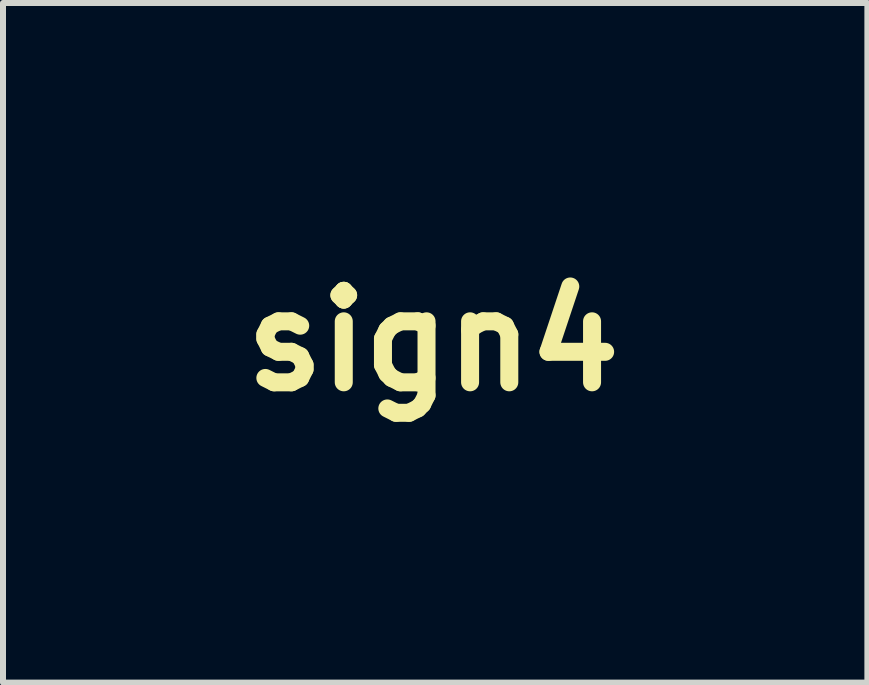
<source format=kicad_pcb>
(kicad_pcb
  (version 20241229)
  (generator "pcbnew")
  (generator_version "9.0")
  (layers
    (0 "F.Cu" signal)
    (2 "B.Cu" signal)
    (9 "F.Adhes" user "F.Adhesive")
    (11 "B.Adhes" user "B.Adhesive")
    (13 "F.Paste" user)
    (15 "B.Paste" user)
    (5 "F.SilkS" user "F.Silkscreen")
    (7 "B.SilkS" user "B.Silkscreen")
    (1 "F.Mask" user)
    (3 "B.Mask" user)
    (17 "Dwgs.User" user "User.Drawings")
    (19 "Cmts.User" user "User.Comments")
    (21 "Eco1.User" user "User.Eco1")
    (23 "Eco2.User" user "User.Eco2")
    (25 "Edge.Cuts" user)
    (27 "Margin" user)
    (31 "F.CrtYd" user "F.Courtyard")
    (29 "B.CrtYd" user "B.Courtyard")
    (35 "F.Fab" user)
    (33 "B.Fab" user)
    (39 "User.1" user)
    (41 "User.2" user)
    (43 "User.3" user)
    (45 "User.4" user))
  (footprint "sign4"
    (layer "F.Cu")
    (at 4.165 2.63)
    (property "Reference" "sign4" (at 0 0 0) (layer "F.SilkS") (effects (font (size 1.524 1.524) (thickness 0.3))))
    (attr through_hole)
    (fp_poly (pts (xy -0.882 -2.624) (xy -0.857 -2.622) (xy -0.827 -2.619) (xy -0.791 -2.617) (xy -0.754 -2.615) (xy -0.724 -2.614) (xy -0.688 -2.612) (xy -0.658 -2.609) (xy -0.631 -2.605) (xy -0.603 -2.598) (xy -0.602 -2.598) (xy -0.563 -2.588) (xy -0.531 -2.58) (xy -0.505 -2.574) (xy -0.483 -2.571) (xy -0.462 -2.568) (xy -0.458 -2.568) (xy -0.424 -2.562) (xy -0.395 -2.553) (xy -0.375 -2.541) (xy -0.372 -2.539) (xy -0.364 -2.533) (xy -0.354 -2.53) (xy -0.338 -2.528) (xy -0.32 -2.527) (xy -0.298 -2.526) (xy -0.283 -2.523) (xy -0.273 -2.519) (xy -0.262 -2.512) (xy -0.261 -2.511) (xy -0.243 -2.498) (xy -0.231 -2.489) (xy -0.222 -2.485) (xy -0.212 -2.483) (xy -0.204 -2.482) (xy -0.193 -2.479) (xy -0.175 -2.472) (xy -0.152 -2.462) (xy -0.125 -2.45) (xy -0.096 -2.437) (xy -0.068 -2.423) (xy -0.041 -2.409) (xy -0.018 -2.397) (xy 0.000345 -2.386) (xy 0.011 -2.379) (xy 0.013 -2.377) (xy 0.024 -2.37) (xy 0.039 -2.363) (xy 0.043 -2.362) (xy 0.059 -2.356) (xy 0.076 -2.347) (xy 0.095 -2.333) (xy 0.117 -2.315) (xy 0.135 -2.301) (xy 0.155 -2.288) (xy 0.165 -2.282) (xy 0.183 -2.273) (xy 0.199 -2.263) (xy 0.206 -2.258) (xy 0.218 -2.25) (xy 0.228 -2.244) (xy 0.229 -2.244) (xy 0.243 -2.235) (xy 0.262 -2.222) (xy 0.285 -2.204) (xy 0.311 -2.183) (xy 0.339 -2.159) (xy 0.368 -2.134) (xy 0.396 -2.108) (xy 0.422 -2.083) (xy 0.446 -2.059) (xy 0.466 -2.038) (xy 0.481 -2.021) (xy 0.49 -2.008) (xy 0.493 -2.002) (xy 0.495 -1.995) (xy 0.504 -1.987) (xy 0.521 -1.978) (xy 0.525 -1.976) (xy 0.542 -1.965) (xy 0.565 -1.948) (xy 0.59 -1.926) (xy 0.617 -1.9) (xy 0.644 -1.872) (xy 0.67 -1.845) (xy 0.692 -1.818) (xy 0.709 -1.795) (xy 0.715 -1.785) (xy 0.726 -1.767) (xy 0.735 -1.754) (xy 0.741 -1.746) (xy 0.742 -1.745) (xy 0.745 -1.742) (xy 0.752 -1.734) (xy 0.761 -1.721) (xy 0.775 -1.703) (xy 0.794 -1.679) (xy 0.817 -1.647) (xy 0.845 -1.609) (xy 0.854 -1.597) (xy 0.866 -1.579) (xy 0.878 -1.56) (xy 0.884 -1.55) (xy 0.893 -1.534) (xy 0.904 -1.514) (xy 0.912 -1.501) (xy 0.922 -1.484) (xy 0.931 -1.469) (xy 0.935 -1.461) (xy 0.94 -1.45) (xy 0.949 -1.435) (xy 0.959 -1.419) (xy 0.97 -1.401) (xy 0.984 -1.378) (xy 0.998 -1.353) (xy 1.005 -1.34) (xy 1.017 -1.318) (xy 1.028 -1.298) (xy 1.037 -1.282) (xy 1.041 -1.275) (xy 1.048 -1.262) (xy 1.052 -1.251) (xy 1.052 -1.25) (xy 1.054 -1.242) (xy 1.059 -1.226) (xy 1.067 -1.205) (xy 1.077 -1.182) (xy 1.088 -1.158) (xy 1.099 -1.135) (xy 1.107 -1.119) (xy 1.114 -1.105) (xy 1.117 -1.093) (xy 1.118 -1.091) (xy 1.119 -1.082) (xy 1.124 -1.067) (xy 1.13 -1.051) (xy 1.138 -1.028) (xy 1.145 -1.003) (xy 1.149 -0.989) (xy 1.156 -0.953) (xy 1.163 -0.926) (xy 1.17 -0.908) (xy 1.176 -0.899) (xy 1.18 -0.891) (xy 1.181 -0.877) (xy 1.18 -0.87) (xy 1.181 -0.846) (xy 1.186 -0.831) (xy 1.192 -0.814) (xy 1.194 -0.799) (xy 1.195 -0.785) (xy 1.2 -0.766) (xy 1.204 -0.753) (xy 1.21 -0.731) (xy 1.216 -0.706) (xy 1.22 -0.691) (xy 1.224 -0.672) (xy 1.229 -0.655) (xy 1.233 -0.646) (xy 1.236 -0.641) (xy 1.237 -0.633) (xy 1.239 -0.621) (xy 1.24 -0.603) (xy 1.24 -0.58) (xy 1.241 -0.549) (xy 1.241 -0.509) (xy 1.241 -0.486) (xy 1.241 -0.443) (xy 1.241 -0.409) (xy 1.24 -0.382) (xy 1.24 -0.361) (xy 1.239 -0.345) (xy 1.237 -0.332) (xy 1.235 -0.322) (xy 1.232 -0.312) (xy 1.23 -0.304) (xy 1.224 -0.286) (xy 1.221 -0.273) (xy 1.222 -0.26) (xy 1.225 -0.244) (xy 1.226 -0.237) (xy 1.232 -0.207) (xy 1.234 -0.184) (xy 1.232 -0.169) (xy 1.23 -0.165) (xy 1.227 -0.157) (xy 1.224 -0.143) (xy 1.222 -0.13) (xy 1.218 -0.089) (xy 1.214 -0.057) (xy 1.211 -0.033) (xy 1.208 -0.015) (xy 1.204 -0.001) (xy 1.202 0.003) (xy 1.197 0.02) (xy 1.193 0.041) (xy 1.192 0.051) (xy 1.187 0.074) (xy 1.179 0.098) (xy 1.177 0.103) (xy 1.168 0.123) (xy 1.161 0.148) (xy 1.159 0.164) (xy 1.153 0.194) (xy 1.146 0.225) (xy 1.138 0.253) (xy 1.13 0.277) (xy 1.122 0.293) (xy 1.116 0.305) (xy 1.113 0.316) (xy 1.113 0.316) (xy 1.11 0.325) (xy 1.104 0.34) (xy 1.095 0.36) (xy 1.084 0.382) (xy 1.072 0.404) (xy 1.06 0.424) (xy 1.054 0.434) (xy 1.037 0.463) (xy 1.026 0.486) (xy 1.021 0.501) (xy 1.021 0.503) (xy 1.017 0.513) (xy 1.013 0.518) (xy 1.006 0.528) (xy 0.996 0.546) (xy 0.982 0.574) (xy 0.97 0.601) (xy 0.964 0.61) (xy 0.955 0.625) (xy 0.943 0.641) (xy 0.942 0.643) (xy 0.929 0.66) (xy 0.913 0.683) (xy 0.896 0.707) (xy 0.887 0.721) (xy 0.871 0.744) (xy 0.854 0.767) (xy 0.839 0.787) (xy 0.831 0.797) (xy 0.815 0.816) (xy 0.799 0.838) (xy 0.789 0.852) (xy 0.776 0.868) (xy 0.759 0.887) (xy 0.739 0.906) (xy 0.731 0.913) (xy 0.711 0.93) (xy 0.693 0.949) (xy 0.677 0.965) (xy 0.673 0.971) (xy 0.658 0.99) (xy 0.641 1.01) (xy 0.631 1.022) (xy 0.618 1.037) (xy 0.611 1.047) (xy 0.609 1.057) (xy 0.609 1.069) (xy 0.608 1.086) (xy 0.602 1.099) (xy 0.596 1.106) (xy 0.589 1.116) (xy 0.583 1.128) (xy 0.579 1.145) (xy 0.574 1.169) (xy 0.573 1.175) (xy 0.569 1.199) (xy 0.565 1.216) (xy 0.56 1.226) (xy 0.555 1.233) (xy 0.552 1.236) (xy 0.545 1.242) (xy 0.541 1.25) (xy 0.54 1.263) (xy 0.539 1.278) (xy 0.54 1.299) (xy 0.544 1.311) (xy 0.551 1.314) (xy 0.563 1.309) (xy 0.575 1.302) (xy 0.591 1.289) (xy 0.611 1.272) (xy 0.633 1.251) (xy 0.656 1.228) (xy 0.679 1.204) (xy 0.701 1.181) (xy 0.72 1.159) (xy 0.736 1.139) (xy 0.747 1.124) (xy 0.752 1.115) (xy 0.752 1.113) (xy 0.755 1.108) (xy 0.765 1.098) (xy 0.779 1.085) (xy 0.783 1.081) (xy 0.798 1.066) (xy 0.818 1.046) (xy 0.839 1.024) (xy 0.857 1.003) (xy 0.877 0.981) (xy 0.898 0.958) (xy 0.917 0.938) (xy 0.932 0.925) (xy 0.979 0.879) (xy 1.028 0.828) (xy 1.064 0.787) (xy 1.086 0.762) (xy 1.111 0.735) (xy 1.136 0.709) (xy 1.149 0.695) (xy 1.166 0.678) (xy 1.18 0.663) (xy 1.19 0.653) (xy 1.194 0.648) (xy 1.194 0.648) (xy 1.195 0.645) (xy 1.198 0.641) (xy 1.204 0.633) (xy 1.214 0.622) (xy 1.229 0.608) (xy 1.248 0.588) (xy 1.273 0.563) (xy 1.304 0.532) (xy 1.321 0.515) (xy 1.35 0.487) (xy 1.377 0.46) (xy 1.402 0.436) (xy 1.424 0.416) (xy 1.441 0.4) (xy 1.452 0.39) (xy 1.454 0.388) (xy 1.471 0.374) (xy 1.488 0.355) (xy 1.498 0.343) (xy 1.509 0.329) (xy 1.525 0.311) (xy 1.545 0.289) (xy 1.566 0.267) (xy 1.574 0.258) (xy 1.598 0.233) (xy 1.624 0.205) (xy 1.649 0.178) (xy 1.671 0.154) (xy 1.674 0.151) (xy 1.691 0.133) (xy 1.707 0.117) (xy 1.719 0.105) (xy 1.727 0.099) (xy 1.728 0.099) (xy 1.739 0.092) (xy 1.753 0.079) (xy 1.768 0.063) (xy 1.782 0.045) (xy 1.791 0.03) (xy 1.801 0.013) (xy 1.813 -0.000417) (xy 1.818 -0.005) (xy 1.833 -0.013) (xy 1.85 -0.02) (xy 1.868 -0.026) (xy 1.882 -0.028) (xy 1.887 -0.027) (xy 1.895 -0.02) (xy 1.903 -0.007) (xy 1.909 0.008) (xy 1.912 0.021) (xy 1.912 0.025) (xy 1.913 0.037) (xy 1.921 0.054) (xy 1.934 0.073) (xy 1.948 0.088) (xy 1.966 0.107) (xy 1.977 0.121) (xy 1.982 0.132) (xy 1.982 0.142) (xy 1.981 0.146) (xy 1.973 0.161) (xy 1.966 0.17) (xy 1.959 0.182) (xy 1.953 0.198) (xy 1.953 0.2) (xy 1.947 0.217) (xy 1.934 0.236) (xy 1.93 0.242) (xy 1.916 0.26) (xy 1.902 0.279) (xy 1.896 0.288) (xy 1.886 0.306) (xy 1.876 0.322) (xy 1.872 0.328) (xy 1.862 0.343) (xy 1.853 0.36) (xy 1.851 0.363) (xy 1.844 0.379) (xy 1.836 0.393) (xy 1.835 0.395) (xy 1.827 0.409) (xy 1.818 0.428) (xy 1.808 0.45) (xy 1.8 0.472) (xy 1.793 0.49) (xy 1.79 0.5) (xy 1.786 0.513) (xy 1.778 0.53) (xy 1.773 0.538) (xy 1.764 0.557) (xy 1.756 0.579) (xy 1.753 0.592) (xy 1.747 0.611) (xy 1.74 0.63) (xy 1.734 0.638) (xy 1.727 0.651) (xy 1.719 0.668) (xy 1.71 0.688) (xy 1.703 0.708) (xy 1.698 0.724) (xy 1.697 0.732) (xy 1.694 0.74) (xy 1.686 0.752) (xy 1.681 0.758) (xy 1.67 0.775) (xy 1.656 0.799) (xy 1.643 0.826) (xy 1.63 0.855) (xy 1.621 0.882) (xy 1.618 0.89) (xy 1.613 0.906) (xy 1.608 0.916) (xy 1.606 0.919) (xy 1.602 0.924) (xy 1.596 0.934) (xy 1.589 0.949) (xy 1.582 0.963) (xy 1.577 0.976) (xy 1.575 0.983) (xy 1.572 0.989) (xy 1.565 1) (xy 1.563 1.003) (xy 1.545 1.032) (xy 1.531 1.068) (xy 1.524 1.095) (xy 1.518 1.117) (xy 1.51 1.139) (xy 1.505 1.15) (xy 1.498 1.165) (xy 1.495 1.177) (xy 1.496 1.182) (xy 1.494 1.191) (xy 1.486 1.204) (xy 1.482 1.209) (xy 1.467 1.23) (xy 1.462 1.25) (xy 1.457 1.271) (xy 1.447 1.298) (xy 1.435 1.328) (xy 1.423 1.351) (xy 1.416 1.367) (xy 1.409 1.387) (xy 1.407 1.394) (xy 1.402 1.411) (xy 1.394 1.433) (xy 1.385 1.456) (xy 1.383 1.46) (xy 1.373 1.485) (xy 1.361 1.51) (xy 1.352 1.532) (xy 1.351 1.534) (xy 1.342 1.558) (xy 1.334 1.585) (xy 1.331 1.603) (xy 1.326 1.623) (xy 1.322 1.642) (xy 1.318 1.654) (xy 1.313 1.669) (xy 1.311 1.683) (xy 1.309 1.695) (xy 1.305 1.712) (xy 1.303 1.72) (xy 1.299 1.738) (xy 1.296 1.754) (xy 1.295 1.76) (xy 1.292 1.774) (xy 1.287 1.784) (xy 1.281 1.793) (xy 1.284 1.797) (xy 1.288 1.804) (xy 1.292 1.817) (xy 1.293 1.818) (xy 1.299 1.833) (xy 1.308 1.84) (xy 1.318 1.842) (xy 1.33 1.839) (xy 1.345 1.83) (xy 1.363 1.816) (xy 1.386 1.794) (xy 1.402 1.778) (xy 1.423 1.757) (xy 1.445 1.737) (xy 1.465 1.719) (xy 1.48 1.707) (xy 1.48 1.706) (xy 1.502 1.688) (xy 1.516 1.67) (xy 1.52 1.661) (xy 1.529 1.644) (xy 1.541 1.624) (xy 1.549 1.613) (xy 1.563 1.594) (xy 1.576 1.573) (xy 1.583 1.562) (xy 1.609 1.522) (xy 1.644 1.478) (xy 1.682 1.437) (xy 1.701 1.417) (xy 1.72 1.394) (xy 1.735 1.372) (xy 1.741 1.363) (xy 1.756 1.341) (xy 1.775 1.319) (xy 1.791 1.303) (xy 1.81 1.285) (xy 1.828 1.263) (xy 1.842 1.245) (xy 1.868 1.207) (xy 1.89 1.176) (xy 1.908 1.15) (xy 1.926 1.128) (xy 1.942 1.109) (xy 1.957 1.093) (xy 1.978 1.07) (xy 1.993 1.05) (xy 2.003 1.032) (xy 2.006 1.023) (xy 2.012 1.008) (xy 2.02 0.994) (xy 2.03 0.978) (xy 2.043 0.96) (xy 2.061 0.939) (xy 2.084 0.913) (xy 2.113 0.88) (xy 2.113 0.88) (xy 2.12 0.869) (xy 2.122 0.861) (xy 2.122 0.861) (xy 2.123 0.854) (xy 2.129 0.841) (xy 2.139 0.825) (xy 2.14 0.823) (xy 2.155 0.801) (xy 2.171 0.777) (xy 2.182 0.759) (xy 2.196 0.738) (xy 2.213 0.714) (xy 2.225 0.698) (xy 2.244 0.672) (xy 2.258 0.653) (xy 2.266 0.64) (xy 2.27 0.631) (xy 2.271 0.627) (xy 2.273 0.618) (xy 2.28 0.605) (xy 2.293 0.588) (xy 2.312 0.565) (xy 2.323 0.553) (xy 2.341 0.533) (xy 2.358 0.513) (xy 2.372 0.495) (xy 2.377 0.489) (xy 2.391 0.47) (xy 2.406 0.451) (xy 2.414 0.441) (xy 2.425 0.427) (xy 2.433 0.413) (xy 2.436 0.406) (xy 2.441 0.396) (xy 2.452 0.382) (xy 2.459 0.373) (xy 2.47 0.36) (xy 2.483 0.341) (xy 2.497 0.318) (xy 2.504 0.306) (xy 2.519 0.281) (xy 2.535 0.255) (xy 2.551 0.232) (xy 2.557 0.225) (xy 2.571 0.206) (xy 2.582 0.188) (xy 2.59 0.173) (xy 2.591 0.17) (xy 2.598 0.155) (xy 2.61 0.138) (xy 2.618 0.127) (xy 2.656 0.083) (xy 2.692 0.036) (xy 2.708 0.014) (xy 2.728 -0.014) (xy 2.751 -0.039) (xy 2.773 -0.061) (xy 2.795 -0.079) (xy 2.815 -0.092) (xy 2.832 -0.098) (xy 2.845 -0.098) (xy 2.848 -0.096) (xy 2.852 -0.088) (xy 2.856 -0.075) (xy 2.857 -0.067) (xy 2.86 -0.054) (xy 2.865 -0.043) (xy 2.875 -0.03) (xy 2.89 -0.015) (xy 2.891 -0.013) (xy 2.911 0.007) (xy 2.923 0.024) (xy 2.929 0.038) (xy 2.927 0.051) (xy 2.922 0.062) (xy 2.915 0.074) (xy 2.907 0.088) (xy 2.898 0.107) (xy 2.886 0.133) (xy 2.874 0.16) (xy 2.865 0.179) (xy 2.856 0.195) (xy 2.85 0.205) (xy 2.849 0.206) (xy 2.842 0.216) (xy 2.834 0.232) (xy 2.83 0.241) (xy 2.821 0.26) (xy 2.811 0.283) (xy 2.804 0.297) (xy 2.796 0.314) (xy 2.791 0.33) (xy 2.789 0.339) (xy 2.787 0.35) (xy 2.782 0.366) (xy 2.774 0.385) (xy 2.774 0.385) (xy 2.766 0.404) (xy 2.759 0.422) (xy 2.756 0.434) (xy 2.751 0.448) (xy 2.745 0.465) (xy 2.739 0.478) (xy 2.731 0.498) (xy 2.722 0.524) (xy 2.712 0.551) (xy 2.704 0.578) (xy 2.698 0.6) (xy 2.695 0.615) (xy 2.691 0.631) (xy 2.685 0.649) (xy 2.683 0.655) (xy 2.676 0.673) (xy 2.668 0.698) (xy 2.658 0.729) (xy 2.648 0.763) (xy 2.638 0.798) (xy 2.628 0.832) (xy 2.62 0.864) (xy 2.619 0.867) (xy 2.615 0.889) (xy 2.612 0.915) (xy 2.611 0.938) (xy 2.609 0.98) (xy 2.602 1.022) (xy 2.591 1.059) (xy 2.588 1.067) (xy 2.582 1.084) (xy 2.58 1.101) (xy 2.581 1.125) (xy 2.581 1.125) (xy 2.581 1.147) (xy 2.58 1.174) (xy 2.578 1.201) (xy 2.577 1.209) (xy 2.573 1.241) (xy 2.572 1.276) (xy 2.572 1.311) (xy 2.575 1.343) (xy 2.579 1.37) (xy 2.583 1.386) (xy 2.587 1.404) (xy 2.59 1.426) (xy 2.591 1.44) (xy 2.592 1.462) (xy 2.597 1.478) (xy 2.601 1.486) (xy 2.609 1.499) (xy 2.618 1.516) (xy 2.627 1.534) (xy 2.642 1.563) (xy 2.66 1.592) (xy 2.679 1.617) (xy 2.697 1.638) (xy 2.713 1.652) (xy 2.722 1.657) (xy 2.732 1.659) (xy 2.75 1.661) (xy 2.771 1.662) (xy 2.778 1.662) (xy 2.82 1.66) (xy 2.856 1.651) (xy 2.885 1.635) (xy 2.896 1.629) (xy 2.912 1.62) (xy 2.931 1.609) (xy 2.934 1.608) (xy 2.958 1.593) (xy 2.982 1.574) (xy 2.995 1.562) (xy 3.011 1.546) (xy 3.033 1.528) (xy 3.054 1.512) (xy 3.058 1.509) (xy 3.081 1.494) (xy 3.097 1.481) (xy 3.109 1.471) (xy 3.119 1.461) (xy 3.13 1.449) (xy 3.135 1.441) (xy 3.15 1.424) (xy 3.167 1.408) (xy 3.176 1.401) (xy 3.192 1.389) (xy 3.201 1.38) (xy 3.204 1.372) (xy 3.205 1.363) (xy 3.209 1.353) (xy 3.22 1.339) (xy 3.233 1.325) (xy 3.247 1.309) (xy 3.261 1.294) (xy 3.269 1.283) (xy 3.269 1.283) (xy 3.302 1.24) (xy 3.34 1.201) (xy 3.36 1.185) (xy 3.397 1.154) (xy 3.429 1.122) (xy 3.454 1.091) (xy 3.47 1.064) (xy 3.48 1.048) (xy 3.494 1.026) (xy 3.513 1) (xy 3.533 0.974) (xy 3.555 0.948) (xy 3.575 0.924) (xy 3.58 0.919) (xy 3.599 0.898) (xy 3.611 0.88) (xy 3.621 0.859) (xy 3.626 0.848) (xy 3.636 0.823) (xy 3.648 0.803) (xy 3.663 0.787) (xy 3.678 0.77) (xy 3.693 0.749) (xy 3.7 0.737) (xy 3.71 0.719) (xy 3.72 0.703) (xy 3.725 0.696) (xy 3.736 0.681) (xy 3.744 0.665) (xy 3.75 0.652) (xy 3.76 0.635) (xy 3.772 0.616) (xy 3.773 0.614) (xy 3.785 0.594) (xy 3.795 0.574) (xy 3.802 0.558) (xy 3.802 0.558) (xy 3.808 0.541) (xy 3.816 0.528) (xy 3.819 0.525) (xy 3.826 0.515) (xy 3.834 0.499) (xy 3.842 0.48) (xy 3.843 0.478) (xy 3.85 0.461) (xy 3.856 0.447) (xy 3.861 0.439) (xy 3.861 0.439) (xy 3.867 0.433) (xy 3.874 0.42) (xy 3.883 0.403) (xy 3.891 0.385) (xy 3.898 0.369) (xy 3.901 0.358) (xy 3.901 0.356) (xy 3.904 0.346) (xy 3.907 0.343) (xy 3.912 0.337) (xy 3.919 0.325) (xy 3.922 0.319) (xy 3.928 0.304) (xy 3.928 0.295) (xy 3.926 0.291) (xy 3.915 0.285) (xy 3.899 0.287) (xy 3.884 0.293) (xy 3.865 0.299) (xy 3.838 0.302) (xy 3.832 0.302) (xy 3.813 0.302) (xy 3.8 0.3) (xy 3.792 0.297) (xy 3.786 0.29) (xy 3.785 0.29) (xy 3.778 0.278) (xy 3.775 0.267) (xy 3.772 0.256) (xy 3.765 0.242) (xy 3.764 0.241) (xy 3.757 0.228) (xy 3.754 0.216) (xy 3.754 0.215) (xy 3.752 0.207) (xy 3.747 0.206) (xy 3.74 0.208) (xy 3.739 0.207) (xy 3.741 0.202) (xy 3.747 0.189) (xy 3.755 0.171) (xy 3.765 0.149) (xy 3.766 0.147) (xy 3.777 0.123) (xy 3.787 0.1) (xy 3.793 0.082) (xy 3.797 0.07) (xy 3.804 0.051) (xy 3.819 0.03) (xy 3.822 0.026) (xy 3.836 0.009) (xy 3.844 -0.006) (xy 3.847 -0.024) (xy 3.847 -0.024) (xy 3.85 -0.036) (xy 3.853 -0.047) (xy 3.859 -0.059) (xy 3.868 -0.072) (xy 3.882 -0.089) (xy 3.901 -0.111) (xy 3.917 -0.129) (xy 3.94 -0.153) (xy 3.959 -0.171) (xy 3.974 -0.182) (xy 3.978 -0.184) (xy 3.991 -0.187) (xy 4.011 -0.189) (xy 4.034 -0.19) (xy 4.039 -0.19) (xy 4.07 -0.189) (xy 4.094 -0.184) (xy 4.112 -0.174) (xy 4.127 -0.159) (xy 4.136 -0.143) (xy 4.146 -0.127) (xy 4.161 -0.107) (xy 4.178 -0.087) (xy 4.188 -0.077) (xy 4.225 -0.038) (xy 4.229 0.000241) (xy 4.23 0.025) (xy 4.229 0.043) (xy 4.225 0.056) (xy 4.221 0.069) (xy 4.222 0.081) (xy 4.226 0.093) (xy 4.23 0.106) (xy 4.231 0.117) (xy 4.228 0.133) (xy 4.226 0.141) (xy 4.223 0.153) (xy 4.219 0.165) (xy 4.212 0.18) (xy 4.203 0.198) (xy 4.191 0.222) (xy 4.174 0.252) (xy 4.168 0.264) (xy 4.162 0.277) (xy 4.161 0.287) (xy 4.158 0.298) (xy 4.151 0.311) (xy 4.15 0.312) (xy 4.141 0.328) (xy 4.132 0.343) (xy 4.125 0.356) (xy 4.114 0.373) (xy 4.11 0.378) (xy 4.098 0.396) (xy 4.086 0.415) (xy 4.081 0.424) (xy 4.072 0.441) (xy 4.063 0.455) (xy 4.058 0.46) (xy 4.052 0.47) (xy 4.043 0.486) (xy 4.034 0.505) (xy 4.031 0.511) (xy 4.019 0.535) (xy 4.005 0.559) (xy 3.991 0.579) (xy 3.99 0.581) (xy 3.978 0.598) (xy 3.967 0.614) (xy 3.961 0.626) (xy 3.961 0.626) (xy 3.954 0.642) (xy 3.944 0.657) (xy 3.943 0.659) (xy 3.934 0.675) (xy 3.927 0.692) (xy 3.926 0.693) (xy 3.92 0.707) (xy 3.91 0.724) (xy 3.904 0.733) (xy 3.893 0.747) (xy 3.881 0.762) (xy 3.869 0.781) (xy 3.854 0.805) (xy 3.844 0.821) (xy 3.834 0.837) (xy 3.82 0.858) (xy 3.805 0.881) (xy 3.799 0.89) (xy 3.786 0.909) (xy 3.776 0.926) (xy 3.77 0.938) (xy 3.769 0.942) (xy 3.766 0.953) (xy 3.755 0.97) (xy 3.738 0.991) (xy 3.717 1.015) (xy 3.714 1.017) (xy 3.698 1.038) (xy 3.686 1.061) (xy 3.685 1.064) (xy 3.68 1.077) (xy 3.674 1.089) (xy 3.667 1.1) (xy 3.655 1.113) (xy 3.64 1.129) (xy 3.618 1.15) (xy 3.603 1.164) (xy 3.584 1.182) (xy 3.568 1.197) (xy 3.556 1.209) (xy 3.55 1.217) (xy 3.549 1.217) (xy 3.547 1.227) (xy 3.545 1.241) (xy 3.545 1.244) (xy 3.544 1.254) (xy 3.54 1.264) (xy 3.532 1.278) (xy 3.519 1.295) (xy 3.508 1.31) (xy 3.483 1.341) (xy 3.455 1.375) (xy 3.426 1.408) (xy 3.398 1.439) (xy 3.373 1.467) (xy 3.351 1.488) (xy 3.346 1.493) (xy 3.328 1.512) (xy 3.313 1.531) (xy 3.306 1.544) (xy 3.298 1.559) (xy 3.287 1.575) (xy 3.274 1.592) (xy 3.262 1.607) (xy 3.251 1.617) (xy 3.244 1.621) (xy 3.234 1.624) (xy 3.218 1.634) (xy 3.198 1.649) (xy 3.174 1.669) (xy 3.147 1.693) (xy 3.119 1.719) (xy 3.101 1.737) (xy 3.076 1.762) (xy 3.052 1.784) (xy 3.033 1.801) (xy 3.018 1.811) (xy 3.013 1.814) (xy 2.996 1.824) (xy 2.977 1.835) (xy 2.967 1.842) (xy 2.922 1.869) (xy 2.875 1.888) (xy 2.825 1.9) (xy 2.769 1.905) (xy 2.749 1.905) (xy 2.711 1.903) (xy 2.677 1.898) (xy 2.646 1.888) (xy 2.615 1.873) (xy 2.595 1.859) (xy 2.601 1.859) (xy 2.603 1.863) (xy 2.604 1.863) (xy 2.605 1.857) (xy 2.604 1.856) (xy 2.601 1.857) (xy 2.601 1.859) (xy 2.595 1.859) (xy 2.584 1.852) (xy 2.551 1.823) (xy 2.52 1.793) (xy 2.496 1.769) (xy 2.478 1.75) (xy 2.464 1.734) (xy 2.454 1.72) (xy 2.445 1.705) (xy 2.436 1.688) (xy 2.434 1.684) (xy 2.424 1.661) (xy 2.415 1.639) (xy 2.409 1.62) (xy 2.407 1.614) (xy 2.398 1.587) (xy 2.388 1.572) (xy 2.378 1.558) (xy 2.371 1.544) (xy 2.369 1.54) (xy 2.366 1.528) (xy 2.362 1.51) (xy 2.358 1.499) (xy 2.354 1.477) (xy 2.35 1.452) (xy 2.349 1.439) (xy 2.348 1.418) (xy 2.346 1.398) (xy 2.344 1.388) (xy 2.343 1.372) (xy 2.342 1.352) (xy 2.341 1.336) (xy 2.34 1.311) (xy 2.337 1.29) (xy 2.334 1.284) (xy 2.328 1.261) (xy 2.328 1.236) (xy 2.333 1.205) (xy 2.334 1.198) (xy 2.338 1.181) (xy 2.341 1.168) (xy 2.341 1.162) (xy 2.341 1.15) (xy 2.343 1.132) (xy 2.347 1.11) (xy 2.352 1.088) (xy 2.357 1.069) (xy 2.357 1.068) (xy 2.362 1.051) (xy 2.365 1.027) (xy 2.368 1) (xy 2.369 0.972) (xy 2.369 0.946) (xy 2.368 0.923) (xy 2.365 0.906) (xy 2.363 0.9) (xy 2.357 0.892) (xy 2.35 0.89) (xy 2.34 0.894) (xy 2.325 0.905) (xy 2.325 0.905) (xy 2.304 0.922) (xy 2.29 0.936) (xy 2.28 0.948) (xy 2.274 0.961) (xy 2.266 0.973) (xy 2.254 0.988) (xy 2.239 1.004) (xy 2.238 1.006) (xy 2.225 1.019) (xy 2.215 1.031) (xy 2.21 1.038) (xy 2.21 1.038) (xy 2.208 1.046) (xy 2.203 1.058) (xy 2.2 1.064) (xy 2.192 1.082) (xy 2.184 1.102) (xy 2.181 1.107) (xy 2.174 1.121) (xy 2.162 1.139) (xy 2.148 1.16) (xy 2.135 1.178) (xy 2.119 1.199) (xy 2.104 1.219) (xy 2.091 1.236) (xy 2.085 1.245) (xy 2.073 1.262) (xy 2.059 1.28) (xy 2.056 1.284) (xy 2.042 1.3) (xy 2.028 1.319) (xy 2.023 1.326) (xy 2.011 1.343) (xy 1.995 1.362) (xy 1.985 1.373) (xy 1.97 1.39) (xy 1.955 1.412) (xy 1.943 1.43) (xy 1.931 1.45) (xy 1.918 1.469) (xy 1.907 1.482) (xy 1.896 1.496) (xy 1.882 1.514) (xy 1.869 1.533) (xy 1.868 1.534) (xy 1.854 1.553) (xy 1.836 1.574) (xy 1.816 1.596) (xy 1.807 1.606) (xy 1.788 1.626) (xy 1.776 1.64) (xy 1.77 1.651) (xy 1.768 1.66) (xy 1.767 1.669) (xy 1.764 1.677) (xy 1.759 1.688) (xy 1.75 1.701) (xy 1.736 1.718) (xy 1.716 1.742) (xy 1.714 1.743) (xy 1.682 1.784) (xy 1.651 1.828) (xy 1.623 1.872) (xy 1.608 1.9) (xy 1.592 1.922) (xy 1.566 1.945) (xy 1.56 1.95) (xy 1.54 1.967) (xy 1.521 1.986) (xy 1.506 2.004) (xy 1.504 2.006) (xy 1.49 2.024) (xy 1.472 2.044) (xy 1.454 2.062) (xy 1.433 2.079) (xy 1.411 2.096) (xy 1.387 2.112) (xy 1.365 2.126) (xy 1.346 2.137) (xy 1.332 2.143) (xy 1.327 2.144) (xy 1.315 2.146) (xy 1.299 2.151) (xy 1.297 2.152) (xy 1.282 2.155) (xy 1.259 2.158) (xy 1.232 2.16) (xy 1.204 2.161) (xy 1.177 2.16) (xy 1.154 2.158) (xy 1.14 2.155) (xy 1.127 2.15) (xy 1.116 2.142) (xy 1.105 2.128) (xy 1.098 2.118) (xy 1.087 2.1) (xy 1.078 2.084) (xy 1.074 2.073) (xy 1.074 2.073) (xy 1.07 2.059) (xy 1.067 2.05) (xy 1.056 2.022) (xy 1.047 2) (xy 1.041 1.983) (xy 1.036 1.966) (xy 1.034 1.957) (xy 1.03 1.941) (xy 1.029 1.928) (xy 1.029 1.913) (xy 1.032 1.895) (xy 1.034 1.881) (xy 1.038 1.857) (xy 1.042 1.834) (xy 1.046 1.815) (xy 1.046 1.811) (xy 1.05 1.791) (xy 1.056 1.772) (xy 1.059 1.766) (xy 1.064 1.746) (xy 1.064 1.722) (xy 1.063 1.709) (xy 1.064 1.697) (xy 1.069 1.683) (xy 1.077 1.664) (xy 1.079 1.661) (xy 1.088 1.642) (xy 1.094 1.625) (xy 1.097 1.613) (xy 1.097 1.611) (xy 1.099 1.599) (xy 1.106 1.581) (xy 1.117 1.556) (xy 1.133 1.524) (xy 1.134 1.522) (xy 1.146 1.495) (xy 1.158 1.459) (xy 1.169 1.418) (xy 1.173 1.397) (xy 1.178 1.382) (xy 1.187 1.365) (xy 1.193 1.355) (xy 1.203 1.337) (xy 1.207 1.321) (xy 1.207 1.311) (xy 1.207 1.299) (xy 1.21 1.286) (xy 1.218 1.27) (xy 1.227 1.255) (xy 1.237 1.237) (xy 1.245 1.222) (xy 1.249 1.212) (xy 1.25 1.21) (xy 1.252 1.202) (xy 1.257 1.188) (xy 1.264 1.171) (xy 1.265 1.168) (xy 1.272 1.149) (xy 1.278 1.132) (xy 1.28 1.119) (xy 1.28 1.119) (xy 1.282 1.108) (xy 1.288 1.091) (xy 1.297 1.071) (xy 1.3 1.064) (xy 1.313 1.035) (xy 1.32 1.013) (xy 1.321 1.005) (xy 1.324 0.983) (xy 1.334 0.96) (xy 1.352 0.933) (xy 1.362 0.918) (xy 1.368 0.902) (xy 1.369 0.897) (xy 1.372 0.884) (xy 1.379 0.866) (xy 1.387 0.847) (xy 1.388 0.845) (xy 1.402 0.815) (xy 1.412 0.79) (xy 1.418 0.765) (xy 1.42 0.756) (xy 1.421 0.742) (xy 1.418 0.736) (xy 1.41 0.736) (xy 1.397 0.744) (xy 1.379 0.759) (xy 1.363 0.774) (xy 1.335 0.801) (xy 1.305 0.831) (xy 1.274 0.861) (xy 1.245 0.891) (xy 1.218 0.919) (xy 1.194 0.945) (xy 1.175 0.966) (xy 1.161 0.982) (xy 1.158 0.986) (xy 1.146 1.001) (xy 1.128 1.02) (xy 1.109 1.042) (xy 1.093 1.06) (xy 1.072 1.081) (xy 1.048 1.108) (xy 1.023 1.136) (xy 1 1.161) (xy 0.998 1.164) (xy 0.978 1.186) (xy 0.952 1.214) (xy 0.924 1.244) (xy 0.896 1.273) (xy 0.872 1.297) (xy 0.848 1.322) (xy 0.826 1.346) (xy 0.806 1.367) (xy 0.791 1.385) (xy 0.781 1.398) (xy 0.78 1.399) (xy 0.767 1.417) (xy 0.751 1.437) (xy 0.74 1.45) (xy 0.726 1.467) (xy 0.709 1.488) (xy 0.693 1.51) (xy 0.688 1.517) (xy 0.674 1.537) (xy 0.658 1.557) (xy 0.645 1.571) (xy 0.64 1.575) (xy 0.617 1.594) (xy 0.6 1.609) (xy 0.587 1.622) (xy 0.577 1.633) (xy 0.567 1.647) (xy 0.563 1.653) (xy 0.542 1.681) (xy 0.516 1.714) (xy 0.486 1.748) (xy 0.475 1.76) (xy 0.463 1.774) (xy 0.451 1.79) (xy 0.45 1.793) (xy 0.442 1.804) (xy 0.428 1.819) (xy 0.411 1.838) (xy 0.394 1.854) (xy 0.375 1.874) (xy 0.361 1.889) (xy 0.352 1.902) (xy 0.346 1.914) (xy 0.343 1.923) (xy 0.338 1.938) (xy 0.33 1.951) (xy 0.317 1.967) (xy 0.3 1.984) (xy 0.284 1.999) (xy 0.27 2.012) (xy 0.261 2.019) (xy 0.258 2.021) (xy 0.253 2.027) (xy 0.247 2.038) (xy 0.244 2.044) (xy 0.237 2.057) (xy 0.224 2.074) (xy 0.208 2.092) (xy 0.197 2.103) (xy 0.178 2.123) (xy 0.159 2.145) (xy 0.144 2.165) (xy 0.138 2.173) (xy 0.127 2.188) (xy 0.118 2.201) (xy 0.112 2.207) (xy 0.112 2.207) (xy 0.107 2.213) (xy 0.098 2.224) (xy 0.087 2.24) (xy 0.086 2.241) (xy 0.073 2.257) (xy 0.056 2.278) (xy 0.037 2.299) (xy 0.026 2.31) (xy 0.008 2.329) (xy -0.01 2.349) (xy -0.024 2.367) (xy -0.03 2.375) (xy -0.056 2.411) (xy -0.082 2.444) (xy -0.106 2.471) (xy -0.123 2.489) (xy -0.139 2.505) (xy -0.156 2.525) (xy -0.169 2.542) (xy -0.192 2.572) (xy -0.221 2.606) (xy -0.257 2.645) (xy -0.258 2.646) (xy -0.268 2.657) (xy -0.274 2.665) (xy -0.274 2.667) (xy -0.279 2.673) (xy -0.29 2.679) (xy -0.306 2.684) (xy -0.322 2.687) (xy -0.335 2.687) (xy -0.342 2.683) (xy -0.342 2.683) (xy -0.349 2.68) (xy -0.362 2.676) (xy -0.371 2.675) (xy -0.388 2.671) (xy -0.396 2.666) (xy -0.393 2.661) (xy -0.391 2.659) (xy -0.387 2.652) (xy -0.387 2.638) (xy -0.39 2.624) (xy -0.396 2.613) (xy -0.406 2.604) (xy -0.421 2.594) (xy -0.43 2.59) (xy -0.445 2.581) (xy -0.458 2.57) (xy -0.462 2.565) (xy -0.466 2.556) (xy -0.466 2.547) (xy -0.461 2.536) (xy -0.458 2.529) (xy -0.448 2.512) (xy -0.434 2.493) (xy -0.429 2.487) (xy -0.416 2.47) (xy -0.404 2.451) (xy -0.401 2.444) (xy -0.392 2.428) (xy -0.379 2.41) (xy -0.364 2.393) (xy -0.333 2.358) (xy -0.309 2.328) (xy -0.291 2.303) (xy -0.282 2.283) (xy -0.281 2.28) (xy -0.273 2.263) (xy -0.258 2.242) (xy -0.246 2.228) (xy -0.215 2.193) (xy -0.182 2.153) (xy -0.15 2.113) (xy -0.121 2.074) (xy -0.098 2.04) (xy -0.083 2.018) (xy -0.069 1.997) (xy -0.057 1.98) (xy -0.051 1.971) (xy -0.04 1.955) (xy -0.03 1.935) (xy -0.028 1.93) (xy -0.019 1.913) (xy -0.001 1.89) (xy 0.023 1.864) (xy 0.041 1.844) (xy 0.054 1.829) (xy 0.063 1.816) (xy 0.07 1.802) (xy 0.076 1.786) (xy 0.076 1.784) (xy 0.082 1.766) (xy 0.088 1.752) (xy 0.092 1.745) (xy 0.092 1.745) (xy 0.096 1.738) (xy 0.097 1.732) (xy 0.099 1.724) (xy 0.106 1.71) (xy 0.115 1.696) (xy 0.128 1.676) (xy 0.14 1.653) (xy 0.146 1.641) (xy 0.156 1.622) (xy 0.168 1.603) (xy 0.175 1.595) (xy 0.19 1.574) (xy 0.2 1.545) (xy 0.207 1.514) (xy 0.212 1.498) (xy 0.22 1.481) (xy 0.222 1.478) (xy 0.232 1.454) (xy 0.234 1.44) (xy 0.236 1.421) (xy 0.241 1.402) (xy 0.241 1.4) (xy 0.247 1.386) (xy 0.248 1.377) (xy 0.242 1.371) (xy 0.231 1.365) (xy 0.21 1.358) (xy 0.193 1.358) (xy 0.178 1.367) (xy 0.168 1.374) (xy 0.161 1.377) (xy 0.161 1.377) (xy 0.155 1.379) (xy 0.143 1.387) (xy 0.132 1.394) (xy 0.119 1.404) (xy 0.109 1.41) (xy 0.105 1.412) (xy 0.099 1.414) (xy 0.087 1.419) (xy 0.075 1.425) (xy 0.056 1.433) (xy 0.039 1.441) (xy 0.03 1.445) (xy 0.014 1.453) (xy -0.002 1.461) (xy -0.003 1.462) (xy -0.028 1.476) (xy -0.046 1.487) (xy -0.06 1.493) (xy -0.07 1.498) (xy -0.079 1.5) (xy -0.082 1.501) (xy -0.098 1.506) (xy -0.115 1.515) (xy -0.12 1.518) (xy -0.137 1.529) (xy -0.157 1.539) (xy -0.168 1.543) (xy -0.187 1.551) (xy -0.21 1.562) (xy -0.23 1.572) (xy -0.248 1.581) (xy -0.263 1.587) (xy -0.273 1.59) (xy -0.274 1.59) (xy -0.282 1.593) (xy -0.296 1.6) (xy -0.31 1.609) (xy -0.339 1.627) (xy -0.371 1.644) (xy -0.404 1.658) (xy -0.434 1.668) (xy -0.45 1.671) (xy -0.472 1.676) (xy -0.497 1.684) (xy -0.512 1.691) (xy -0.529 1.699) (xy -0.543 1.705) (xy -0.55 1.707) (xy -0.558 1.709) (xy -0.572 1.715) (xy -0.59 1.723) (xy -0.597 1.727) (xy -0.616 1.736) (xy -0.631 1.743) (xy -0.641 1.747) (xy -0.643 1.747) (xy -0.651 1.751) (xy -0.655 1.754) (xy -0.665 1.759) (xy -0.672 1.761) (xy -0.689 1.764) (xy -0.714 1.771) (xy -0.744 1.78) (xy -0.778 1.792) (xy -0.815 1.807) (xy -0.828 1.812) (xy -0.858 1.824) (xy -0.881 1.833) (xy -0.901 1.84) (xy -0.919 1.845) (xy -0.938 1.849) (xy -0.962 1.854) (xy -0.978 1.857) (xy -1.003 1.862) (xy -1.027 1.869) (xy -1.048 1.875) (xy -1.052 1.877) (xy -1.079 1.886) (xy -1.111 1.891) (xy -1.119 1.892) (xy -1.167 1.9) (xy -1.197 1.91) (xy -1.229 1.921) (xy -1.257 1.925) (xy -1.264 1.925) (xy -1.286 1.927) (xy -1.314 1.931) (xy -1.345 1.937) (xy -1.375 1.943) (xy -1.402 1.951) (xy -1.407 1.952) (xy -1.445 1.965) (xy -1.476 1.975) (xy -1.5 1.982) (xy -1.521 1.987) (xy -1.539 1.991) (xy -1.557 1.993) (xy -1.577 1.995) (xy -1.595 1.996) (xy -1.626 1.998) (xy -1.65 2.001) (xy -1.67 2.006) (xy -1.688 2.011) (xy -1.694 2.013) (xy -1.722 2.023) (xy -1.749 2.026) (xy -1.765 2.027) (xy -1.786 2.028) (xy -1.806 2.03) (xy -1.819 2.032) (xy -1.858 2.042) (xy -1.905 2.05) (xy -1.956 2.055) (xy -1.984 2.057) (xy -2.012 2.06) (xy -2.039 2.063) (xy -2.062 2.066) (xy -2.078 2.069) (xy -2.09 2.072) (xy -2.105 2.075) (xy -2.125 2.076) (xy -2.151 2.077) (xy -2.184 2.078) (xy -2.212 2.078) (xy -2.246 2.078) (xy -2.279 2.079) (xy -2.308 2.08) (xy -2.331 2.081) (xy -2.347 2.082) (xy -2.349 2.083) (xy -2.364 2.084) (xy -2.386 2.086) (xy -2.414 2.087) (xy -2.446 2.088) (xy -2.476 2.088) (xy -2.516 2.088) (xy -2.561 2.089) (xy -2.608 2.091) (xy -2.652 2.093) (xy -2.671 2.094) (xy -2.72 2.095) (xy -2.771 2.096) (xy -2.826 2.095) (xy -2.888 2.093) (xy -2.907 2.093) (xy -2.947 2.091) (xy -2.986 2.089) (xy -3.022 2.088) (xy -3.054 2.086) (xy -3.079 2.085) (xy -3.094 2.085) (xy -3.121 2.083) (xy -3.15 2.081) (xy -3.175 2.078) (xy -3.18 2.077) (xy -3.206 2.074) (xy -3.235 2.07) (xy -3.256 2.068) (xy -3.28 2.064) (xy -3.304 2.06) (xy -3.322 2.056) (xy -3.341 2.051) (xy -3.365 2.047) (xy -3.39 2.043) (xy -3.395 2.042) (xy -3.421 2.039) (xy -3.447 2.034) (xy -3.468 2.03) (xy -3.472 2.029) (xy -3.491 2.024) (xy -3.509 2.02) (xy -3.518 2.018) (xy -3.537 2.014) (xy -3.561 2.007) (xy -3.587 1.999) (xy -3.611 1.99) (xy -3.63 1.982) (xy -3.633 1.981) (xy -3.647 1.975) (xy -3.668 1.968) (xy -3.692 1.96) (xy -3.711 1.955) (xy -3.734 1.948) (xy -3.755 1.941) (xy -3.77 1.935) (xy -3.777 1.931) (xy -3.788 1.923) (xy -3.803 1.914) (xy -3.81 1.91) (xy -3.827 1.901) (xy -3.843 1.891) (xy -3.848 1.887) (xy -3.862 1.878) (xy -3.879 1.867) (xy -3.887 1.863) (xy -3.903 1.851) (xy -3.924 1.833) (xy -3.946 1.812) (xy -3.969 1.789) (xy -3.99 1.765) (xy -4.008 1.744) (xy -4.019 1.727) (xy -4.02 1.726) (xy -4.031 1.707) (xy -4.044 1.689) (xy -4.051 1.681) (xy -4.063 1.667) (xy -4.075 1.648) (xy -4.084 1.631) (xy -4.094 1.61) (xy -4.105 1.591) (xy -4.113 1.577) (xy -4.122 1.557) (xy -4.123 1.543) (xy -4.124 1.529) (xy -4.129 1.523) (xy -4.135 1.515) (xy -4.137 1.512) (xy -3.969 1.512) (xy -3.951 1.542) (xy -3.941 1.56) (xy -3.934 1.575) (xy -3.932 1.586) (xy -3.929 1.597) (xy -3.92 1.612) (xy -3.903 1.633) (xy -3.899 1.638) (xy -3.881 1.657) (xy -3.862 1.675) (xy -3.845 1.69) (xy -3.83 1.701) (xy -3.819 1.707) (xy -3.817 1.707) (xy -3.811 1.71) (xy -3.8 1.717) (xy -3.786 1.727) (xy -3.771 1.738) (xy -3.759 1.748) (xy -3.751 1.755) (xy -3.749 1.758) (xy -3.745 1.761) (xy -3.733 1.766) (xy -3.72 1.77) (xy -3.701 1.777) (xy -3.684 1.784) (xy -3.675 1.788) (xy -3.66 1.795) (xy -3.646 1.8) (xy -3.631 1.806) (xy -3.618 1.814) (xy -3.607 1.819) (xy -3.59 1.825) (xy -3.572 1.831) (xy -3.554 1.835) (xy -3.541 1.836) (xy -3.534 1.836) (xy -3.528 1.837) (xy -3.524 1.841) (xy -3.512 1.85) (xy -3.491 1.86) (xy -3.462 1.869) (xy -3.427 1.878) (xy -3.387 1.885) (xy -3.344 1.891) (xy -3.312 1.895) (xy -3.284 1.898) (xy -3.257 1.901) (xy -3.233 1.905) (xy -3.218 1.908) (xy -3.199 1.911) (xy -3.175 1.915) (xy -3.148 1.919) (xy -3.134 1.921) (xy -3.105 1.924) (xy -3.074 1.927) (xy -3.045 1.93) (xy -3.035 1.931) (xy -3.017 1.933) (xy -2.991 1.934) (xy -2.959 1.935) (xy -2.923 1.937) (xy -2.884 1.938) (xy -2.858 1.938) (xy -2.823 1.939) (xy -2.791 1.939) (xy -2.763 1.94) (xy -2.742 1.941) (xy -2.729 1.942) (xy -2.724 1.943) (xy -2.721 1.943) (xy -2.715 1.944) (xy -2.703 1.944) (xy -2.686 1.944) (xy -2.663 1.943) (xy -2.634 1.942) (xy -2.596 1.941) (xy -2.551 1.939) (xy -2.496 1.937) (xy -2.449 1.935) (xy -2.379 1.932) (xy -2.319 1.93) (xy -2.268 1.928) (xy -2.225 1.926) (xy -2.189 1.924) (xy -2.159 1.922) (xy -2.135 1.921) (xy -2.116 1.92) (xy -2.101 1.919) (xy -2.09 1.917) (xy -2.081 1.916) (xy -2.075 1.915) (xy -2.069 1.913) (xy -2.067 1.913) (xy -2.056 1.91) (xy -2.036 1.906) (xy -2.009 1.902) (xy -1.979 1.897) (xy -1.946 1.893) (xy -1.914 1.889) (xy -1.883 1.885) (xy -1.855 1.882) (xy -1.833 1.88) (xy -1.821 1.879) (xy -1.805 1.878) (xy -1.784 1.875) (xy -1.77 1.872) (xy -1.748 1.868) (xy -1.724 1.865) (xy -1.712 1.864) (xy -1.694 1.863) (xy -1.671 1.86) (xy -1.645 1.856) (xy -1.636 1.854) (xy -1.608 1.848) (xy -1.576 1.843) (xy -1.547 1.839) (xy -1.542 1.838) (xy -1.505 1.833) (xy -1.474 1.824) (xy -1.468 1.821) (xy -1.441 1.812) (xy -1.409 1.806) (xy -1.402 1.806) (xy -1.374 1.801) (xy -1.349 1.795) (xy -1.337 1.79) (xy -1.317 1.783) (xy -1.296 1.777) (xy -1.287 1.775) (xy -1.269 1.771) (xy -1.248 1.764) (xy -1.227 1.757) (xy -1.202 1.747) (xy -1.171 1.739) (xy -1.144 1.734) (xy -1.118 1.73) (xy -1.093 1.725) (xy -1.073 1.721) (xy -1.067 1.72) (xy -1.046 1.715) (xy -1.022 1.71) (xy -1.004 1.707) (xy -0.98 1.702) (xy -0.954 1.695) (xy -0.936 1.688) (xy -0.914 1.68) (xy -0.892 1.671) (xy -0.877 1.665) (xy -0.858 1.657) (xy -0.838 1.645) (xy -0.825 1.636) (xy -0.811 1.625) (xy -0.799 1.618) (xy -0.792 1.615) (xy -0.784 1.614) (xy -0.77 1.611) (xy -0.76 1.608) (xy -0.741 1.604) (xy -0.717 1.599) (xy -0.698 1.596) (xy -0.681 1.592) (xy -0.664 1.587) (xy -0.644 1.58) (xy -0.619 1.569) (xy -0.588 1.554) (xy -0.58 1.55) (xy -0.553 1.537) (xy -0.529 1.524) (xy -0.508 1.514) (xy -0.494 1.506) (xy -0.487 1.502) (xy -0.476 1.497) (xy -0.459 1.49) (xy -0.439 1.484) (xy -0.437 1.483) (xy -0.414 1.475) (xy -0.391 1.465) (xy -0.373 1.455) (xy -0.342 1.436) (xy -0.315 1.423) (xy -0.291 1.415) (xy -0.276 1.412) (xy -0.257 1.407) (xy -0.242 1.4) (xy -0.226 1.388) (xy -0.22 1.382) (xy -0.184 1.354) (xy -0.142 1.33) (xy -0.122 1.321) (xy -0.107 1.314) (xy -0.089 1.304) (xy -0.081 1.3) (xy -0.061 1.29) (xy -0.032 1.28) (xy 0.004 1.27) (xy 0.038 1.262) (xy 0.045 1.26) (xy 0.052 1.256) (xy 0.062 1.248) (xy 0.074 1.237) (xy 0.091 1.22) (xy 0.112 1.197) (xy 0.131 1.178) (xy 0.147 1.161) (xy 0.163 1.145) (xy 0.176 1.134) (xy 0.18 1.132) (xy 0.191 1.123) (xy 0.208 1.109) (xy 0.225 1.093) (xy 0.231 1.088) (xy 0.25 1.072) (xy 0.27 1.057) (xy 0.287 1.046) (xy 0.291 1.044) (xy 0.313 1.032) (xy 0.334 1.014) (xy 0.352 0.995) (xy 0.364 0.975) (xy 0.369 0.963) (xy 0.37 0.948) (xy 0.37 0.928) (xy 0.369 0.908) (xy 0.368 0.889) (xy 0.366 0.863) (xy 0.365 0.833) (xy 0.364 0.803) (xy 0.364 0.797) (xy 0.362 0.756) (xy 0.36 0.723) (xy 0.358 0.698) (xy 0.355 0.678) (xy 0.352 0.663) (xy 0.347 0.649) (xy 0.34 0.637) (xy 0.338 0.633) (xy 0.327 0.614) (xy 0.317 0.594) (xy 0.313 0.584) (xy 0.305 0.566) (xy 0.297 0.55) (xy 0.295 0.546) (xy 0.288 0.535) (xy 0.279 0.517) (xy 0.268 0.497) (xy 0.265 0.49) (xy 0.253 0.468) (xy 0.241 0.447) (xy 0.23 0.43) (xy 0.227 0.426) (xy 0.213 0.409) (xy 0.194 0.389) (xy 0.171 0.366) (xy 0.147 0.344) (xy 0.124 0.325) (xy 0.105 0.31) (xy 0.094 0.302) (xy 0.057 0.279) (xy 0.021 0.25) (xy 0.016 0.246) (xy 0.005 0.239) (xy -0.012 0.231) (xy -0.029 0.226) (xy -0.047 0.22) (xy -0.064 0.213) (xy -0.073 0.208) (xy -0.085 0.201) (xy -0.101 0.195) (xy -0.107 0.193) (xy -0.122 0.188) (xy -0.132 0.184) (xy -0.135 0.183) (xy -0.143 0.179) (xy -0.155 0.176) (xy -0.167 0.172) (xy -0.184 0.165) (xy -0.201 0.157) (xy -0.224 0.148) (xy -0.249 0.139) (xy -0.265 0.134) (xy -0.3 0.125) (xy -0.328 0.116) (xy -0.349 0.108) (xy -0.358 0.103) (xy -0.369 0.099) (xy -0.384 0.096) (xy -0.4 0.093) (xy -0.416 0.092) (xy -0.427 0.093) (xy -0.432 0.096) (xy -0.429 0.102) (xy -0.42 0.115) (xy -0.406 0.132) (xy -0.39 0.152) (xy -0.371 0.172) (xy -0.353 0.192) (xy -0.35 0.195) (xy -0.333 0.214) (xy -0.321 0.231) (xy -0.313 0.25) (xy -0.31 0.259) (xy -0.302 0.279) (xy -0.29 0.303) (xy -0.277 0.326) (xy -0.274 0.33) (xy -0.261 0.352) (xy -0.252 0.372) (xy -0.246 0.392) (xy -0.243 0.416) (xy -0.242 0.445) (xy -0.242 0.472) (xy -0.243 0.498) (xy -0.245 0.519) (xy -0.249 0.537) (xy -0.256 0.558) (xy -0.261 0.571) (xy -0.272 0.596) (xy -0.284 0.618) (xy -0.3 0.639) (xy -0.32 0.661) (xy -0.346 0.685) (xy -0.373 0.709) (xy -0.394 0.727) (xy -0.416 0.746) (xy -0.435 0.763) (xy -0.442 0.769) (xy -0.48 0.798) (xy -0.523 0.82) (xy -0.57 0.835) (xy -0.572 0.835) (xy -0.594 0.841) (xy -0.617 0.85) (xy -0.633 0.857) (xy -0.651 0.867) (xy -0.673 0.877) (xy -0.693 0.886) (xy -0.714 0.894) (xy -0.733 0.903) (xy -0.747 0.91) (xy -0.758 0.916) (xy -0.774 0.92) (xy -0.795 0.922) (xy -0.819 0.924) (xy -0.844 0.926) (xy -0.861 0.928) (xy -0.873 0.931) (xy -0.881 0.935) (xy -0.886 0.939) (xy -0.898 0.947) (xy -0.919 0.954) (xy -0.949 0.961) (xy -0.989 0.968) (xy -1.039 0.975) (xy -1.039 0.975) (xy -1.065 0.979) (xy -1.095 0.985) (xy -1.126 0.991) (xy -1.138 0.994) (xy -1.168 1.001) (xy -1.19 1.006) (xy -1.207 1.009) (xy -1.222 1.01) (xy -1.236 1.009) (xy -1.252 1.008) (xy -1.26 1.007) (xy -1.281 1.004) (xy -1.295 1.004) (xy -1.307 1.006) (xy -1.32 1.011) (xy -1.32 1.011) (xy -1.332 1.016) (xy -1.346 1.019) (xy -1.364 1.02) (xy -1.389 1.021) (xy -1.404 1.021) (xy -1.439 1.022) (xy -1.468 1.024) (xy -1.488 1.028) (xy -1.49 1.029) (xy -1.515 1.033) (xy -1.538 1.033) (xy -1.551 1.033) (xy -1.572 1.033) (xy -1.599 1.034) (xy -1.628 1.036) (xy -1.648 1.038) (xy -1.692 1.041) (xy -1.735 1.043) (xy -1.782 1.044) (xy -1.836 1.044) (xy -1.854 1.043) (xy -1.892 1.042) (xy -1.922 1.041) (xy -1.945 1.04) (xy -1.963 1.039) (xy -1.978 1.037) (xy -1.991 1.034) (xy -2.005 1.03) (xy -2.021 1.025) (xy -2.026 1.023) (xy -2.078 1.006) (xy -2.176 1.007) (xy -2.21 1.007) (xy -2.236 1.007) (xy -2.256 1.007) (xy -2.27 1.005) (xy -2.282 1.003) (xy -2.292 1) (xy -2.301 0.997) (xy -2.322 0.99) (xy -2.346 0.984) (xy -2.365 0.98) (xy -2.408 0.974) (xy -2.443 0.968) (xy -2.47 0.962) (xy -2.491 0.957) (xy -2.504 0.953) (xy -2.536 0.943) (xy -2.567 0.933) (xy -2.595 0.925) (xy -2.619 0.919) (xy -2.636 0.915) (xy -2.643 0.914) (xy -2.657 0.912) (xy -2.675 0.906) (xy -2.687 0.901) (xy -2.725 0.885) (xy -2.759 0.872) (xy -2.781 0.866) (xy -2.828 0.853) (xy -2.869 0.841) (xy -2.903 0.829) (xy -2.929 0.818) (xy -2.938 0.813) (xy -2.954 0.805) (xy -2.966 0.799) (xy -2.971 0.798) (xy -2.982 0.795) (xy -2.999 0.789) (xy -3.02 0.781) (xy -3.045 0.77) (xy -3.069 0.759) (xy -3.092 0.748) (xy -3.111 0.738) (xy -3.123 0.73) (xy -3.154 0.712) (xy -3.191 0.7) (xy -3.228 0.695) (xy -3.256 0.696) (xy -3.289 0.704) (xy -3.322 0.716) (xy -3.35 0.731) (xy -3.37 0.746) (xy -3.384 0.758) (xy -3.396 0.766) (xy -3.401 0.769) (xy -3.41 0.774) (xy -3.423 0.784) (xy -3.434 0.794) (xy -3.452 0.809) (xy -3.472 0.824) (xy -3.487 0.833) (xy -3.505 0.845) (xy -3.527 0.862) (xy -3.547 0.879) (xy -3.55 0.882) (xy -3.569 0.898) (xy -3.588 0.913) (xy -3.604 0.924) (xy -3.607 0.926) (xy -3.621 0.935) (xy -3.638 0.95) (xy -3.657 0.967) (xy -3.664 0.975) (xy -3.683 0.993) (xy -3.702 1.011) (xy -3.719 1.024) (xy -3.725 1.028) (xy -3.75 1.05) (xy -3.775 1.079) (xy -3.8 1.115) (xy -3.805 1.125) (xy -3.816 1.141) (xy -3.831 1.161) (xy -3.847 1.18) (xy -3.849 1.182) (xy -3.865 1.199) (xy -3.878 1.215) (xy -3.886 1.228) (xy -3.888 1.23) (xy -3.896 1.248) (xy -3.906 1.272) (xy -3.917 1.3) (xy -3.928 1.328) (xy -3.937 1.355) (xy -3.945 1.379) (xy -3.951 1.398) (xy -3.952 1.405) (xy -3.955 1.422) (xy -3.959 1.446) (xy -3.962 1.469) (xy -3.963 1.471) (xy -3.969 1.512) (xy -4.137 1.512) (xy -4.144 1.501) (xy -4.149 1.491) (xy -4.154 1.479) (xy -4.157 1.468) (xy -4.159 1.454) (xy -4.16 1.435) (xy -4.16 1.41) (xy -4.16 1.399) (xy -4.16 1.372) (xy -4.16 1.353) (xy -4.159 1.339) (xy -4.156 1.329) (xy -4.152 1.32) (xy -4.146 1.31) (xy -4.146 1.31) (xy -4.137 1.294) (xy -4.13 1.28) (xy -4.127 1.275) (xy -4.122 1.261) (xy -4.115 1.249) (xy -4.109 1.24) (xy -4.099 1.223) (xy -4.089 1.203) (xy -4.08 1.186) (xy -4.064 1.156) (xy -4.048 1.132) (xy -4.034 1.116) (xy -4.022 1.104) (xy -4.015 1.093) (xy -4.013 1.088) (xy -4.01 1.076) (xy -4.001 1.059) (xy -3.987 1.04) (xy -3.979 1.03) (xy -3.965 1.015) (xy -3.946 0.995) (xy -3.924 0.972) (xy -3.899 0.947) (xy -3.873 0.922) (xy -3.847 0.897) (xy -3.822 0.874) (xy -3.799 0.853) (xy -3.78 0.837) (xy -3.766 0.825) (xy -3.759 0.82) (xy -3.744 0.811) (xy -3.725 0.797) (xy -3.707 0.783) (xy -3.682 0.762) (xy -3.662 0.746) (xy -3.644 0.733) (xy -3.625 0.722) (xy -3.619 0.719) (xy -3.577 0.695) (xy -3.542 0.674) (xy -3.513 0.654) (xy -3.488 0.634) (xy -3.479 0.627) (xy -3.462 0.613) (xy -3.449 0.602) (xy -3.441 0.595) (xy -3.439 0.594) (xy -3.434 0.591) (xy -3.43 0.586) (xy -2.987 0.586) (xy -2.983 0.597) (xy -2.973 0.61) (xy -2.959 0.621) (xy -2.945 0.628) (xy -2.945 0.628) (xy -2.933 0.632) (xy -2.916 0.639) (xy -2.895 0.649) (xy -2.886 0.654) (xy -2.858 0.666) (xy -2.823 0.68) (xy -2.783 0.694) (xy -2.741 0.707) (xy -2.705 0.717) (xy -2.687 0.723) (xy -2.668 0.73) (xy -2.662 0.733) (xy -2.64 0.742) (xy -2.617 0.749) (xy -2.59 0.757) (xy -2.556 0.765) (xy -2.543 0.767) (xy -2.52 0.773) (xy -2.5 0.778) (xy -2.485 0.783) (xy -2.48 0.785) (xy -2.467 0.79) (xy -2.452 0.792) (xy -2.435 0.794) (xy -2.417 0.799) (xy -2.415 0.799) (xy -2.4 0.803) (xy -2.379 0.807) (xy -2.358 0.81) (xy -2.336 0.813) (xy -2.309 0.818) (xy -2.282 0.825) (xy -2.272 0.828) (xy -2.245 0.835) (xy -2.217 0.841) (xy -2.185 0.847) (xy -2.149 0.851) (xy -2.105 0.856) (xy -2.098 0.856) (xy -2.081 0.857) (xy -2.054 0.859) (xy -2.021 0.86) (xy -1.982 0.861) (xy -1.94 0.862) (xy -1.895 0.863) (xy -1.849 0.863) (xy -1.804 0.864) (xy -1.762 0.864) (xy -1.724 0.864) (xy -1.714 0.864) (xy -1.685 0.864) (xy -1.657 0.865) (xy -1.633 0.866) (xy -1.616 0.867) (xy -1.61 0.868) (xy -1.585 0.871) (xy -1.556 0.873) (xy -1.529 0.872) (xy -1.505 0.869) (xy -1.496 0.866) (xy -1.479 0.862) (xy -1.455 0.86) (xy -1.427 0.859) (xy -1.404 0.858) (xy -1.389 0.858) (xy -1.38 0.856) (xy -1.374 0.852) (xy -1.37 0.847) (xy -1.367 0.842) (xy -1.361 0.839) (xy -1.353 0.836) (xy -1.341 0.833) (xy -1.323 0.83) (xy -1.299 0.827) (xy -1.268 0.823) (xy -1.227 0.819) (xy -1.219 0.818) (xy -1.197 0.815) (xy -1.175 0.812) (xy -1.158 0.808) (xy -1.129 0.801) (xy -1.099 0.795) (xy -1.072 0.789) (xy -1.049 0.785) (xy -1.032 0.783) (xy -1.026 0.782) (xy -1.014 0.781) (xy -0.996 0.777) (xy -0.975 0.77) (xy -0.964 0.767) (xy -0.943 0.76) (xy -0.926 0.755) (xy -0.914 0.752) (xy -0.91 0.752) (xy -0.9 0.749) (xy -0.894 0.745) (xy -0.885 0.74) (xy -0.87 0.735) (xy -0.852 0.732) (xy -0.812 0.721) (xy -0.777 0.705) (xy -0.739 0.685) (xy -0.709 0.67) (xy -0.686 0.658) (xy -0.666 0.65) (xy -0.65 0.643) (xy -0.636 0.639) (xy -0.634 0.638) (xy -0.612 0.632) (xy -0.594 0.623) (xy -0.578 0.611) (xy -0.56 0.593) (xy -0.538 0.568) (xy -0.522 0.548) (xy -0.504 0.529) (xy -0.489 0.513) (xy -0.484 0.507) (xy -0.472 0.495) (xy -0.464 0.483) (xy -0.462 0.478) (xy -0.465 0.469) (xy -0.47 0.454) (xy -0.479 0.437) (xy -0.48 0.435) (xy -0.489 0.417) (xy -0.495 0.403) (xy -0.498 0.394) (xy -0.498 0.393) (xy -0.501 0.382) (xy -0.508 0.366) (xy -0.519 0.346) (xy -0.532 0.326) (xy -0.542 0.312) (xy -0.56 0.293) (xy -0.586 0.272) (xy -0.609 0.256) (xy -0.63 0.241) (xy -0.651 0.227) (xy -0.667 0.216) (xy -0.674 0.21) (xy -0.697 0.193) (xy -0.719 0.178) (xy -0.738 0.166) (xy -0.752 0.159) (xy -0.759 0.157) (xy -0.774 0.154) (xy -0.792 0.147) (xy -0.81 0.137) (xy -0.82 0.128) (xy -0.83 0.12) (xy -0.838 0.117) (xy -0.848 0.114) (xy -0.86 0.107) (xy -0.874 0.097) (xy -0.893 0.085) (xy -0.916 0.072) (xy -0.939 0.059) (xy -0.96 0.049) (xy -0.976 0.042) (xy -0.98 0.04) (xy -0.994 0.038) (xy -1.018 0.036) (xy -1.049 0.036) (xy -1.086 0.036) (xy -1.128 0.037) (xy -1.174 0.039) (xy -1.222 0.042) (xy -1.271 0.045) (xy -1.32 0.048) (xy -1.367 0.052) (xy -1.411 0.056) (xy -1.452 0.061) (xy -1.486 0.066) (xy -1.504 0.068) (xy -1.526 0.072) (xy -1.554 0.077) (xy -1.585 0.082) (xy -1.616 0.086) (xy -1.618 0.087) (xy -1.645 0.091) (xy -1.67 0.095) (xy -1.69 0.098) (xy -1.702 0.101) (xy -1.704 0.101) (xy -1.716 0.104) (xy -1.734 0.108) (xy -1.757 0.113) (xy -1.775 0.117) (xy -1.837 0.13) (xy -1.89 0.141) (xy -1.933 0.151) (xy -1.967 0.16) (xy -1.993 0.168) (xy -2.012 0.175) (xy -2.015 0.177) (xy -2.032 0.184) (xy -2.049 0.188) (xy -2.054 0.188) (xy -2.069 0.19) (xy -2.086 0.196) (xy -2.091 0.198) (xy -2.107 0.205) (xy -2.128 0.211) (xy -2.144 0.216) (xy -2.165 0.221) (xy -2.185 0.228) (xy -2.197 0.233) (xy -2.211 0.24) (xy -2.22 0.243) (xy -2.222 0.244) (xy -2.228 0.246) (xy -2.242 0.25) (xy -2.261 0.257) (xy -2.28 0.264) (xy -2.306 0.273) (xy -2.333 0.281) (xy -2.356 0.287) (xy -2.367 0.289) (xy -2.395 0.297) (xy -2.431 0.31) (xy -2.475 0.33) (xy -2.51 0.348) (xy -2.526 0.355) (xy -2.548 0.363) (xy -2.57 0.371) (xy -2.57 0.371) (xy -2.589 0.377) (xy -2.604 0.382) (xy -2.613 0.386) (xy -2.614 0.386) (xy -2.621 0.389) (xy -2.635 0.393) (xy -2.648 0.396) (xy -2.667 0.401) (xy -2.685 0.407) (xy -2.692 0.412) (xy -2.705 0.42) (xy -2.723 0.429) (xy -2.735 0.435) (xy -2.751 0.442) (xy -2.762 0.449) (xy -2.766 0.452) (xy -2.773 0.456) (xy -2.785 0.457) (xy -2.787 0.457) (xy -2.8 0.458) (xy -2.812 0.462) (xy -2.825 0.469) (xy -2.843 0.481) (xy -2.852 0.488) (xy -2.87 0.5) (xy -2.893 0.513) (xy -2.914 0.525) (xy -2.938 0.538) (xy -2.959 0.553) (xy -2.975 0.567) (xy -2.985 0.579) (xy -2.987 0.586) (xy -3.43 0.586) (xy -3.427 0.582) (xy -3.424 0.577) (xy -3.423 0.573) (xy -3.425 0.568) (xy -3.43 0.561) (xy -3.439 0.55) (xy -3.453 0.536) (xy -3.472 0.516) (xy -3.492 0.497) (xy -3.516 0.473) (xy -3.54 0.449) (xy -3.562 0.428) (xy -3.58 0.411) (xy -3.592 0.399) (xy -3.592 0.399) (xy -3.613 0.378) (xy -3.631 0.357) (xy -3.644 0.337) (xy -3.652 0.32) (xy -3.654 0.312) (xy -3.657 0.302) (xy -3.668 0.288) (xy -3.686 0.269) (xy -3.69 0.265) (xy -3.708 0.248) (xy -3.725 0.232) (xy -3.738 0.219) (xy -3.742 0.215) (xy -3.753 0.203) (xy -3.759 0.193) (xy -3.759 0.19) (xy -3.762 0.179) (xy -3.769 0.166) (xy -3.769 0.165) (xy -3.776 0.151) (xy -3.779 0.137) (xy -3.779 0.136) (xy -3.783 0.123) (xy -3.792 0.108) (xy -3.794 0.106) (xy -3.805 0.091) (xy -3.814 0.076) (xy -3.816 0.074) (xy -3.822 0.061) (xy -3.831 0.043) (xy -3.838 0.03) (xy -3.857 -0.012) (xy -3.873 -0.059) (xy -3.885 -0.108) (xy -3.892 -0.154) (xy -3.894 -0.183) (xy -3.895 -0.205) (xy -3.897 -0.224) (xy -3.9 -0.237) (xy -3.901 -0.238) (xy -3.905 -0.249) (xy -3.904 -0.263) (xy -3.902 -0.273) (xy -3.9 -0.286) (xy -3.898 -0.307) (xy -3.898 -0.313) (xy -3.723 -0.313) (xy -3.723 -0.293) (xy -3.721 -0.265) (xy -3.721 -0.264) (xy -3.717 -0.229) (xy -3.71 -0.202) (xy -3.705 -0.189) (xy -3.698 -0.171) (xy -3.693 -0.156) (xy -3.691 -0.148) (xy -3.688 -0.135) (xy -3.684 -0.118) (xy -3.682 -0.112) (xy -3.675 -0.086) (xy -3.67 -0.056) (xy -3.668 -0.027) (xy -3.667 -0.016) (xy -3.665 -0.000419) (xy -3.655 0.021) (xy -3.64 0.047) (xy -3.621 0.076) (xy -3.616 0.082) (xy -3.606 0.098) (xy -3.593 0.119) (xy -3.581 0.14) (xy -3.579 0.144) (xy -3.557 0.181) (xy -3.527 0.221) (xy -3.492 0.263) (xy -3.452 0.305) (xy -3.41 0.347) (xy -3.366 0.385) (xy -3.322 0.42) (xy -3.28 0.449) (xy -3.258 0.462) (xy -3.245 0.469) (xy -3.237 0.471) (xy -3.23 0.469) (xy -3.222 0.464) (xy -3.21 0.456) (xy -3.192 0.447) (xy -3.18 0.442) (xy -3.162 0.433) (xy -3.146 0.425) (xy -3.138 0.42) (xy -3.124 0.413) (xy -3.106 0.406) (xy -3.098 0.404) (xy -3.079 0.397) (xy -3.057 0.387) (xy -3.049 0.382) (xy -3.033 0.372) (xy -3.011 0.361) (xy -2.988 0.351) (xy -2.984 0.349) (xy -2.962 0.338) (xy -2.94 0.326) (xy -2.922 0.315) (xy -2.92 0.314) (xy -2.903 0.303) (xy -2.885 0.295) (xy -2.877 0.292) (xy -2.863 0.288) (xy -2.843 0.281) (xy -2.823 0.272) (xy -2.822 0.272) (xy -2.796 0.261) (xy -2.765 0.251) (xy -2.736 0.244) (xy -2.709 0.238) (xy -2.688 0.231) (xy -2.674 0.225) (xy -2.672 0.224) (xy -2.637 0.201) (xy -2.602 0.186) (xy -2.586 0.183) (xy -2.562 0.177) (xy -2.538 0.17) (xy -2.524 0.164) (xy -2.508 0.158) (xy -2.495 0.154) (xy -2.489 0.152) (xy -2.481 0.15) (xy -2.47 0.143) (xy -2.469 0.142) (xy -2.458 0.137) (xy -2.44 0.129) (xy -2.417 0.119) (xy -2.389 0.108) (xy -2.36 0.098) (xy -2.331 0.088) (xy -2.304 0.079) (xy -2.281 0.072) (xy -2.264 0.067) (xy -2.256 0.066) (xy -2.247 0.064) (xy -2.232 0.058) (xy -2.222 0.053) (xy -2.203 0.045) (xy -2.18 0.037) (xy -2.164 0.033) (xy -2.142 0.026) (xy -2.119 0.018) (xy -2.106 0.013) (xy -2.086 0.006) (xy -2.063 -0.000115) (xy -2.047 -0.002) (xy -2.024 -0.006) (xy -1.997 -0.011) (xy -1.97 -0.018) (xy -1.945 -0.025) (xy -1.927 -0.032) (xy -1.925 -0.033) (xy -1.915 -0.036) (xy -1.898 -0.04) (xy -1.875 -0.045) (xy -1.857 -0.048) (xy -1.833 -0.052) (xy -1.811 -0.057) (xy -1.794 -0.061) (xy -1.786 -0.064) (xy -1.773 -0.068) (xy -1.754 -0.072) (xy -1.735 -0.076) (xy -1.711 -0.081) (xy -1.687 -0.086) (xy -1.671 -0.089) (xy -1.654 -0.093) (xy -1.63 -0.098) (xy -1.603 -0.103) (xy -1.584 -0.106) (xy -1.555 -0.111) (xy -1.525 -0.117) (xy -1.497 -0.122) (xy -1.483 -0.124) (xy -1.458 -0.128) (xy -1.43 -0.13) (xy -1.407 -0.131) (xy -1.405 -0.131) (xy -1.386 -0.13) (xy -1.375 -0.132) (xy -1.369 -0.135) (xy -1.368 -0.138) (xy -1.37 -0.146) (xy -1.381 -0.156) (xy -1.401 -0.168) (xy -1.43 -0.182) (xy -1.45 -0.19) (xy -1.473 -0.2) (xy -1.493 -0.211) (xy -1.509 -0.22) (xy -1.514 -0.223) (xy -1.533 -0.237) (xy -1.557 -0.254) (xy -1.583 -0.272) (xy -1.609 -0.289) (xy -1.63 -0.303) (xy -1.638 -0.307) (xy -1.665 -0.324) (xy -1.695 -0.345) (xy -1.725 -0.369) (xy -1.755 -0.394) (xy -1.781 -0.418) (xy -1.803 -0.44) (xy -1.818 -0.458) (xy -1.819 -0.459) (xy -1.831 -0.476) (xy -1.844 -0.493) (xy -1.85 -0.5) (xy -1.869 -0.525) (xy -1.882 -0.546) (xy -1.889 -0.563) (xy -1.89 -0.569) (xy -1.891 -0.58) (xy -1.895 -0.597) (xy -1.901 -0.618) (xy -1.903 -0.625) (xy -1.909 -0.647) (xy -1.912 -0.663) (xy -1.913 -0.676) (xy -1.911 -0.691) (xy -1.91 -0.701) (xy -1.905 -0.721) (xy -1.898 -0.741) (xy -1.891 -0.757) (xy -1.884 -0.768) (xy -1.879 -0.772) (xy -1.875 -0.776) (xy -1.865 -0.786) (xy -1.853 -0.801) (xy -1.839 -0.818) (xy -1.822 -0.838) (xy -1.805 -0.856) (xy -1.79 -0.87) (xy -1.782 -0.877) (xy -1.767 -0.887) (xy -1.749 -0.902) (xy -1.732 -0.917) (xy -1.714 -0.933) (xy -1.695 -0.949) (xy -1.676 -0.963) (xy -1.66 -0.973) (xy -1.647 -0.98) (xy -1.644 -0.98) (xy -1.636 -0.983) (xy -1.624 -0.99) (xy -1.608 -0.999) (xy -1.607 -1) (xy -1.59 -1.01) (xy -1.575 -1.019) (xy -1.565 -1.024) (xy -1.554 -1.03) (xy -1.539 -1.04) (xy -1.522 -1.052) (xy -1.521 -1.053) (xy -1.506 -1.063) (xy -1.486 -1.074) (xy -1.464 -1.087) (xy -1.441 -1.098) (xy -1.42 -1.108) (xy -1.404 -1.115) (xy -1.393 -1.118) (xy -1.393 -1.118) (xy -1.385 -1.119) (xy -1.371 -1.123) (xy -1.355 -1.128) (xy -1.333 -1.135) (xy -1.31 -1.141) (xy -1.297 -1.143) (xy -1.268 -1.152) (xy -1.251 -1.163) (xy -1.228 -1.178) (xy -1.202 -1.19) (xy -1.17 -1.2) (xy -1.132 -1.207) (xy -1.085 -1.213) (xy -1.076 -1.214) (xy -1.051 -1.217) (xy -1.027 -1.22) (xy -1.009 -1.224) (xy -0.999 -1.227) (xy -0.976 -1.234) (xy -0.948 -1.241) (xy -0.919 -1.247) (xy -0.892 -1.249) (xy -0.883 -1.25) (xy -0.865 -1.251) (xy -0.845 -1.257) (xy -0.822 -1.267) (xy -0.818 -1.269) (xy -0.807 -1.274) (xy -0.797 -1.279) (xy -0.787 -1.282) (xy -0.777 -1.285) (xy -0.764 -1.286) (xy -0.748 -1.286) (xy -0.728 -1.286) (xy -0.7 -1.285) (xy -0.666 -1.283) (xy -0.627 -1.281) (xy -0.591 -1.279) (xy -0.562 -1.276) (xy -0.537 -1.273) (xy -0.513 -1.269) (xy -0.487 -1.264) (xy -0.456 -1.257) (xy -0.441 -1.253) (xy -0.409 -1.245) (xy -0.385 -1.238) (xy -0.366 -1.233) (xy -0.351 -1.226) (xy -0.337 -1.219) (xy -0.322 -1.21) (xy -0.304 -1.199) (xy -0.299 -1.196) (xy -0.246 -1.157) (xy -0.204 -1.116) (xy -0.17 -1.073) (xy -0.147 -1.028) (xy -0.142 -1.016) (xy -0.134 -0.994) (xy -0.124 -0.972) (xy -0.118 -0.958) (xy -0.109 -0.935) (xy -0.105 -0.91) (xy -0.105 -0.886) (xy -0.108 -0.865) (xy -0.115 -0.852) (xy -0.124 -0.839) (xy -0.129 -0.824) (xy -0.134 -0.809) (xy -0.145 -0.79) (xy -0.16 -0.768) (xy -0.176 -0.745) (xy -0.194 -0.724) (xy -0.208 -0.709) (xy -0.231 -0.691) (xy -0.253 -0.681) (xy -0.255 -0.681) (xy -0.272 -0.676) (xy -0.293 -0.67) (xy -0.31 -0.665) (xy -0.331 -0.659) (xy -0.347 -0.656) (xy -0.36 -0.657) (xy -0.376 -0.661) (xy -0.396 -0.668) (xy -0.397 -0.668) (xy -0.421 -0.677) (xy -0.437 -0.684) (xy -0.448 -0.691) (xy -0.456 -0.699) (xy -0.463 -0.711) (xy -0.467 -0.717) (xy -0.476 -0.736) (xy -0.478 -0.752) (xy -0.474 -0.769) (xy -0.465 -0.786) (xy -0.455 -0.797) (xy -0.439 -0.811) (xy -0.418 -0.825) (xy -0.396 -0.84) (xy -0.373 -0.852) (xy -0.367 -0.855) (xy -0.345 -0.869) (xy -0.331 -0.889) (xy -0.325 -0.914) (xy -0.325 -0.916) (xy -0.326 -0.925) (xy -0.329 -0.933) (xy -0.335 -0.943) (xy -0.346 -0.955) (xy -0.363 -0.973) (xy -0.367 -0.977) (xy -0.393 -1.002) (xy -0.416 -1.021) (xy -0.439 -1.036) (xy -0.465 -1.048) (xy -0.495 -1.058) (xy -0.517 -1.065) (xy -0.538 -1.07) (xy -0.56 -1.074) (xy -0.585 -1.077) (xy -0.613 -1.08) (xy -0.647 -1.082) (xy -0.688 -1.084) (xy -0.737 -1.085) (xy -0.756 -1.085) (xy -0.902 -1.089) (xy -0.948 -1.073) (xy -0.972 -1.066) (xy -1.002 -1.058) (xy -1.034 -1.05) (xy -1.06 -1.044) (xy -1.103 -1.034) (xy -1.138 -1.023) (xy -1.161 -1.013) (xy -1.195 -1) (xy -1.228 -0.991) (xy -1.231 -0.991) (xy -1.26 -0.985) (xy -1.286 -0.974) (xy -1.289 -0.972) (xy -1.324 -0.953) (xy -1.354 -0.938) (xy -1.382 -0.926) (xy -1.397 -0.92) (xy -1.415 -0.913) (xy -1.43 -0.907) (xy -1.438 -0.902) (xy -1.447 -0.896) (xy -1.461 -0.89) (xy -1.466 -0.888) (xy -1.477 -0.882) (xy -1.494 -0.873) (xy -1.513 -0.86) (xy -1.532 -0.847) (xy -1.549 -0.834) (xy -1.562 -0.824) (xy -1.567 -0.818) (xy -1.573 -0.813) (xy -1.585 -0.804) (xy -1.597 -0.796) (xy -1.623 -0.776) (xy -1.648 -0.754) (xy -1.668 -0.73) (xy -1.682 -0.709) (xy -1.683 -0.707) (xy -1.689 -0.688) (xy -1.69 -0.67) (xy -1.689 -0.66) (xy -1.687 -0.648) (xy -1.684 -0.639) (xy -1.677 -0.629) (xy -1.667 -0.617) (xy -1.652 -0.601) (xy -1.642 -0.591) (xy -1.615 -0.567) (xy -1.583 -0.541) (xy -1.55 -0.517) (xy -1.539 -0.509) (xy -1.516 -0.494) (xy -1.494 -0.479) (xy -1.475 -0.465) (xy -1.463 -0.456) (xy -1.462 -0.455) (xy -1.448 -0.445) (xy -1.429 -0.433) (xy -1.408 -0.421) (xy -1.403 -0.418) (xy -1.383 -0.407) (xy -1.357 -0.394) (xy -1.329 -0.379) (xy -1.303 -0.366) (xy -1.277 -0.352) (xy -1.251 -0.338) (xy -1.228 -0.324) (xy -1.211 -0.314) (xy -1.195 -0.305) (xy -1.182 -0.298) (xy -1.174 -0.295) (xy -1.174 -0.295) (xy -1.168 -0.292) (xy -1.156 -0.285) (xy -1.152 -0.283) (xy -1.137 -0.274) (xy -1.117 -0.265) (xy -1.107 -0.262) (xy -1.089 -0.255) (xy -1.068 -0.246) (xy -1.043 -0.233) (xy -1.011 -0.216) (xy -0.996 -0.207) (xy -0.988 -0.203) (xy -0.981 -0.2) (xy -0.971 -0.197) (xy -0.959 -0.195) (xy -0.943 -0.193) (xy -0.921 -0.191) (xy -0.892 -0.189) (xy -0.855 -0.187) (xy -0.836 -0.186) (xy -0.753 -0.18) (xy -0.68 -0.175) (xy -0.617 -0.17) (xy -0.564 -0.164) (xy -0.519 -0.159) (xy -0.483 -0.153) (xy -0.456 -0.147) (xy -0.439 -0.143) (xy -0.427 -0.139) (xy -0.409 -0.135) (xy -0.387 -0.131) (xy -0.38 -0.13) (xy -0.357 -0.125) (xy -0.336 -0.119) (xy -0.319 -0.114) (xy -0.316 -0.112) (xy -0.3 -0.106) (xy -0.279 -0.101) (xy -0.269 -0.099) (xy -0.251 -0.096) (xy -0.235 -0.092) (xy -0.229 -0.09) (xy -0.216 -0.087) (xy -0.199 -0.082) (xy -0.191 -0.081) (xy -0.174 -0.076) (xy -0.158 -0.069) (xy -0.154 -0.066) (xy -0.14 -0.059) (xy -0.126 -0.056) (xy -0.112 -0.054) (xy -0.091 -0.047) (xy -0.066 -0.037) (xy -0.038 -0.024) (xy -0.025 -0.018) (xy -0.009 -0.01) (xy 0.005 -0.004) (xy 0.01 -0.003) (xy 0.02 0.002) (xy 0.035 0.01) (xy 0.054 0.022) (xy 0.066 0.029) (xy 0.087 0.043) (xy 0.109 0.055) (xy 0.128 0.066) (xy 0.134 0.069) (xy 0.153 0.079) (xy 0.175 0.095) (xy 0.201 0.117) (xy 0.232 0.146) (xy 0.241 0.154) (xy 0.258 0.169) (xy 0.275 0.183) (xy 0.287 0.192) (xy 0.312 0.211) (xy 0.339 0.238) (xy 0.366 0.27) (xy 0.391 0.305) (xy 0.412 0.341) (xy 0.423 0.359) (xy 0.435 0.376) (xy 0.441 0.383) (xy 0.451 0.398) (xy 0.458 0.414) (xy 0.459 0.418) (xy 0.463 0.432) (xy 0.469 0.442) (xy 0.47 0.442) (xy 0.476 0.449) (xy 0.478 0.453) (xy 0.479 0.46) (xy 0.484 0.472) (xy 0.487 0.479) (xy 0.494 0.497) (xy 0.5 0.514) (xy 0.5 0.518) (xy 0.504 0.53) (xy 0.511 0.549) (xy 0.521 0.57) (xy 0.526 0.582) (xy 0.539 0.611) (xy 0.551 0.64) (xy 0.561 0.667) (xy 0.567 0.691) (xy 0.571 0.71) (xy 0.571 0.72) (xy 0.572 0.732) (xy 0.58 0.741) (xy 0.589 0.749) (xy 0.595 0.752) (xy 0.6 0.748) (xy 0.608 0.737) (xy 0.618 0.722) (xy 0.622 0.716) (xy 0.637 0.694) (xy 0.656 0.67) (xy 0.674 0.649) (xy 0.676 0.648) (xy 0.689 0.633) (xy 0.7 0.62) (xy 0.706 0.612) (xy 0.706 0.611) (xy 0.709 0.605) (xy 0.717 0.594) (xy 0.728 0.581) (xy 0.74 0.565) (xy 0.754 0.543) (xy 0.767 0.519) (xy 0.771 0.513) (xy 0.783 0.49) (xy 0.798 0.466) (xy 0.812 0.447) (xy 0.815 0.443) (xy 0.829 0.426) (xy 0.836 0.413) (xy 0.838 0.405) (xy 0.833 0.404) (xy 0.831 0.404) (xy 0.823 0.405) (xy 0.821 0.4) (xy 0.826 0.39) (xy 0.836 0.377) (xy 0.838 0.375) (xy 0.859 0.349) (xy 0.872 0.32) (xy 0.878 0.299) (xy 0.884 0.282) (xy 0.894 0.265) (xy 0.895 0.263) (xy 0.908 0.241) (xy 0.921 0.211) (xy 0.933 0.175) (xy 0.938 0.157) (xy 0.943 0.14) (xy 0.947 0.126) (xy 0.95 0.12) (xy 0.954 0.111) (xy 0.955 0.106) (xy 0.957 0.098) (xy 0.96 0.097) (xy 0.964 0.092) (xy 0.965 0.081) (xy 0.965 0.08) (xy 0.967 0.068) (xy 0.971 0.049) (xy 0.978 0.027) (xy 0.983 0.012) (xy 0.993 -0.017) (xy 0.998 -0.041) (xy 1 -0.061) (xy 1 -0.066) (xy 1.002 -0.093) (xy 1.01 -0.116) (xy 1.011 -0.116) (xy 1.015 -0.127) (xy 1.019 -0.14) (xy 1.021 -0.156) (xy 1.023 -0.178) (xy 1.024 -0.202) (xy 1.025 -0.247) (xy 1.027 -0.285) (xy 1.029 -0.31) (xy 1.041 -0.31) (xy 1.043 -0.306) (xy 1.045 -0.306) (xy 1.045 -0.313) (xy 1.045 -0.313) (xy 1.042 -0.313) (xy 1.041 -0.31) (xy 1.029 -0.31) (xy 1.03 -0.316) (xy 1.033 -0.339) (xy 1.035 -0.353) (xy 1.037 -0.356) (xy 1.04 -0.358) (xy 1.042 -0.351) (xy 1.042 -0.348) (xy 1.042 -0.338) (xy 1.043 -0.337) (xy 1.046 -0.345) (xy 1.048 -0.357) (xy 1.047 -0.375) (xy 1.046 -0.391) (xy 1.042 -0.428) (xy 1.038 -0.471) (xy 1.034 -0.516) (xy 1.031 -0.561) (xy 1.029 -0.6) (xy 1.029 -0.607) (xy 1.027 -0.636) (xy 1.025 -0.668) (xy 1.023 -0.702) (xy 1.02 -0.735) (xy 1.017 -0.766) (xy 1.013 -0.794) (xy 1.01 -0.817) (xy 1.008 -0.832) (xy 1.006 -0.838) (xy 1.003 -0.847) (xy 0.999 -0.864) (xy 0.996 -0.882) (xy 0.993 -0.902) (xy 0.987 -0.928) (xy 0.98 -0.956) (xy 0.976 -0.973) (xy 0.969 -0.998) (xy 0.964 -1.021) (xy 0.961 -1.04) (xy 0.96 -1.049) (xy 0.955 -1.073) (xy 0.948 -1.087) (xy 0.938 -1.103) (xy 0.93 -1.12) (xy 0.929 -1.122) (xy 0.923 -1.136) (xy 0.914 -1.154) (xy 0.904 -1.173) (xy 0.904 -1.174) (xy 0.894 -1.192) (xy 0.883 -1.216) (xy 0.872 -1.244) (xy 0.861 -1.272) (xy 0.861 -1.273) (xy 0.852 -1.298) (xy 0.843 -1.321) (xy 0.835 -1.339) (xy 0.829 -1.35) (xy 0.829 -1.352) (xy 0.821 -1.363) (xy 0.812 -1.379) (xy 0.802 -1.398) (xy 0.793 -1.416) (xy 0.786 -1.431) (xy 0.783 -1.442) (xy 0.782 -1.443) (xy 0.78 -1.45) (xy 0.772 -1.463) (xy 0.762 -1.479) (xy 0.758 -1.485) (xy 0.744 -1.507) (xy 0.731 -1.529) (xy 0.721 -1.547) (xy 0.721 -1.549) (xy 0.709 -1.571) (xy 0.691 -1.598) (xy 0.669 -1.629) (xy 0.643 -1.662) (xy 0.641 -1.664) (xy 0.635 -1.671) (xy 0.622 -1.685) (xy 0.604 -1.704) (xy 0.583 -1.727) (xy 0.557 -1.753) (xy 0.53 -1.782) (xy 0.502 -1.811) (xy 0.473 -1.841) (xy 0.445 -1.87) (xy 0.418 -1.898) (xy 0.394 -1.922) (xy 0.374 -1.943) (xy 0.37 -1.947) (xy 0.353 -1.963) (xy 0.339 -1.976) (xy 0.328 -1.984) (xy 0.323 -1.986) (xy 0.31 -1.989) (xy 0.292 -1.997) (xy 0.271 -2.008) (xy 0.248 -2.021) (xy 0.227 -2.035) (xy 0.209 -2.048) (xy 0.198 -2.058) (xy 0.193 -2.062) (xy 0.183 -2.071) (xy 0.168 -2.083) (xy 0.151 -2.096) (xy 0.134 -2.11) (xy 0.119 -2.122) (xy 0.109 -2.13) (xy 0.099 -2.135) (xy 0.083 -2.143) (xy 0.063 -2.151) (xy 0.061 -2.152) (xy 0.037 -2.162) (xy 0.013 -2.175) (xy -0.005 -2.187) (xy -0.061 -2.226) (xy -0.117 -2.257) (xy -0.126 -2.261) (xy -0.146 -2.271) (xy -0.165 -2.282) (xy -0.178 -2.29) (xy -0.197 -2.304) (xy -0.212 -2.312) (xy -0.228 -2.316) (xy -0.24 -2.316) (xy -0.258 -2.319) (xy -0.279 -2.326) (xy -0.305 -2.337) (xy -0.347 -2.357) (xy -0.38 -2.373) (xy -0.408 -2.386) (xy -0.43 -2.395) (xy -0.448 -2.401) (xy -0.464 -2.406) (xy -0.479 -2.409) (xy -0.493 -2.41) (xy -0.497 -2.41) (xy -0.519 -2.413) (xy -0.543 -2.418) (xy -0.554 -2.42) (xy -0.575 -2.425) (xy -0.597 -2.426) (xy -0.623 -2.425) (xy -0.646 -2.424) (xy -0.661 -2.424) (xy -0.674 -2.427) (xy -0.687 -2.432) (xy -0.706 -2.439) (xy -0.733 -2.445) (xy -0.766 -2.45) (xy -0.802 -2.454) (xy -0.839 -2.456) (xy -0.875 -2.458) (xy -0.908 -2.457) (xy -0.935 -2.455) (xy -0.942 -2.454) (xy -0.958 -2.452) (xy -0.981 -2.45) (xy -1.01 -2.448) (xy -1.04 -2.447) (xy -1.059 -2.446) (xy -1.09 -2.445) (xy -1.12 -2.443) (xy -1.147 -2.441) (xy -1.167 -2.439) (xy -1.175 -2.438) (xy -1.198 -2.435) (xy -1.223 -2.434) (xy -1.233 -2.434) (xy -1.255 -2.433) (xy -1.28 -2.429) (xy -1.293 -2.426) (xy -1.311 -2.422) (xy -1.336 -2.418) (xy -1.363 -2.415) (xy -1.379 -2.413) (xy -1.406 -2.411) (xy -1.43 -2.408) (xy -1.447 -2.404) (xy -1.453 -2.402) (xy -1.466 -2.396) (xy -1.485 -2.389) (xy -1.507 -2.38) (xy -1.514 -2.378) (xy -1.539 -2.367) (xy -1.567 -2.356) (xy -1.591 -2.345) (xy -1.593 -2.343) (xy -1.612 -2.334) (xy -1.626 -2.329) (xy -1.639 -2.327) (xy -1.655 -2.327) (xy -1.665 -2.328) (xy -1.685 -2.33) (xy -1.699 -2.329) (xy -1.714 -2.324) (xy -1.732 -2.316) (xy -1.75 -2.309) (xy -1.767 -2.303) (xy -1.777 -2.301) (xy -1.79 -2.298) (xy -1.805 -2.291) (xy -1.809 -2.288) (xy -1.845 -2.266) (xy -1.889 -2.247) (xy -1.942 -2.23) (xy -1.945 -2.23) (xy -1.973 -2.222) (xy -1.994 -2.215) (xy -2.008 -2.208) (xy -2.019 -2.201) (xy -2.019 -2.2) (xy -2.044 -2.18) (xy -2.069 -2.166) (xy -2.099 -2.154) (xy -2.101 -2.153) (xy -2.135 -2.141) (xy -2.168 -2.126) (xy -2.204 -2.106) (xy -2.243 -2.08) (xy -2.271 -2.062) (xy -2.294 -2.05) (xy -2.313 -2.043) (xy -2.318 -2.042) (xy -2.348 -2.032) (xy -2.376 -2.014) (xy -2.394 -2.002) (xy -2.418 -1.988) (xy -2.443 -1.974) (xy -2.46 -1.966) (xy -2.483 -1.953) (xy -2.506 -1.941) (xy -2.525 -1.929) (xy -2.535 -1.923) (xy -2.552 -1.912) (xy -2.573 -1.9) (xy -2.592 -1.891) (xy -2.613 -1.879) (xy -2.635 -1.864) (xy -2.65 -1.852) (xy -2.673 -1.835) (xy -2.698 -1.821) (xy -2.703 -1.819) (xy -2.72 -1.811) (xy -2.737 -1.8) (xy -2.757 -1.784) (xy -2.776 -1.767) (xy -2.812 -1.735) (xy -2.842 -1.71) (xy -2.871 -1.69) (xy -2.898 -1.675) (xy -2.898 -1.675) (xy -2.912 -1.667) (xy -2.925 -1.658) (xy -2.94 -1.646) (xy -2.957 -1.629) (xy -2.979 -1.607) (xy -2.997 -1.587) (xy -3.015 -1.569) (xy -3.033 -1.552) (xy -3.049 -1.538) (xy -3.053 -1.534) (xy -3.07 -1.521) (xy -3.089 -1.505) (xy -3.102 -1.494) (xy -3.12 -1.478) (xy -3.139 -1.46) (xy -3.151 -1.449) (xy -3.166 -1.433) (xy -3.181 -1.414) (xy -3.187 -1.404) (xy -3.197 -1.388) (xy -3.212 -1.369) (xy -3.228 -1.352) (xy -3.228 -1.351) (xy -3.242 -1.336) (xy -3.259 -1.316) (xy -3.278 -1.292) (xy -3.297 -1.267) (xy -3.3 -1.262) (xy -3.317 -1.238) (xy -3.334 -1.215) (xy -3.35 -1.195) (xy -3.362 -1.18) (xy -3.364 -1.178) (xy -3.393 -1.146) (xy -3.417 -1.12) (xy -3.435 -1.098) (xy -3.449 -1.078) (xy -3.46 -1.06) (xy -3.465 -1.051) (xy -3.474 -1.034) (xy -3.486 -1.014) (xy -3.492 -1.004) (xy -3.503 -0.987) (xy -3.516 -0.965) (xy -3.529 -0.943) (xy -3.531 -0.938) (xy -3.542 -0.919) (xy -3.552 -0.903) (xy -3.56 -0.892) (xy -3.562 -0.889) (xy -3.568 -0.881) (xy -3.577 -0.865) (xy -3.587 -0.844) (xy -3.6 -0.82) (xy -3.612 -0.794) (xy -3.624 -0.768) (xy -3.634 -0.745) (xy -3.642 -0.726) (xy -3.647 -0.713) (xy -3.647 -0.709) (xy -3.649 -0.695) (xy -3.653 -0.682) (xy -3.657 -0.669) (xy -3.661 -0.651) (xy -3.663 -0.641) (xy -3.668 -0.62) (xy -3.677 -0.6) (xy -3.681 -0.593) (xy -3.688 -0.582) (xy -3.691 -0.572) (xy -3.693 -0.559) (xy -3.693 -0.542) (xy -3.692 -0.531) (xy -3.692 -0.5) (xy -3.695 -0.473) (xy -3.696 -0.465) (xy -3.701 -0.444) (xy -3.703 -0.422) (xy -3.703 -0.415) (xy -3.705 -0.396) (xy -3.71 -0.375) (xy -3.713 -0.364) (xy -3.718 -0.351) (xy -3.721 -0.339) (xy -3.723 -0.327) (xy -3.723 -0.313) (xy -3.898 -0.313) (xy -3.896 -0.334) (xy -3.895 -0.364) (xy -3.894 -0.389) (xy -3.892 -0.445) (xy -3.89 -0.493) (xy -3.887 -0.531) (xy -3.883 -0.563) (xy -3.879 -0.587) (xy -3.873 -0.605) (xy -3.867 -0.618) (xy -3.866 -0.62) (xy -3.857 -0.637) (xy -3.857 -0.65) (xy -3.858 -0.664) (xy -3.854 -0.68) (xy -3.853 -0.684) (xy -3.849 -0.698) (xy -3.844 -0.719) (xy -3.839 -0.742) (xy -3.837 -0.752) (xy -3.833 -0.773) (xy -3.829 -0.79) (xy -3.826 -0.8) (xy -3.825 -0.803) (xy -3.819 -0.809) (xy -3.811 -0.821) (xy -3.801 -0.835) (xy -3.792 -0.848) (xy -3.786 -0.858) (xy -3.785 -0.862) (xy -3.782 -0.868) (xy -3.775 -0.88) (xy -3.766 -0.896) (xy -3.765 -0.897) (xy -3.753 -0.918) (xy -3.741 -0.942) (xy -3.734 -0.958) (xy -3.726 -0.976) (xy -3.717 -0.992) (xy -3.711 -1.001) (xy -3.704 -1.01) (xy -3.695 -1.025) (xy -3.684 -1.044) (xy -3.674 -1.064) (xy -3.665 -1.082) (xy -3.659 -1.096) (xy -3.658 -1.103) (xy -3.654 -1.109) (xy -3.645 -1.12) (xy -3.632 -1.135) (xy -3.62 -1.147) (xy -3.603 -1.166) (xy -3.588 -1.184) (xy -3.576 -1.2) (xy -3.571 -1.206) (xy -3.563 -1.219) (xy -3.55 -1.237) (xy -3.534 -1.257) (xy -3.526 -1.267) (xy -3.51 -1.287) (xy -3.495 -1.306) (xy -3.483 -1.322) (xy -3.479 -1.328) (xy -3.458 -1.358) (xy -3.437 -1.385) (xy -3.417 -1.407) (xy -3.398 -1.423) (xy -3.381 -1.433) (xy -3.369 -1.435) (xy -3.367 -1.435) (xy -3.361 -1.437) (xy -3.352 -1.445) (xy -3.34 -1.462) (xy -3.331 -1.474) (xy -3.31 -1.502) (xy -3.283 -1.534) (xy -3.251 -1.568) (xy -3.215 -1.605) (xy -3.177 -1.64) (xy -3.139 -1.675) (xy -3.103 -1.706) (xy -3.096 -1.711) (xy -3.08 -1.725) (xy -3.064 -1.741) (xy -3.056 -1.75) (xy -3.023 -1.787) (xy -2.983 -1.819) (xy -2.971 -1.826) (xy -2.956 -1.835) (xy -2.945 -1.842) (xy -2.94 -1.844) (xy -2.933 -1.847) (xy -2.92 -1.854) (xy -2.903 -1.865) (xy -2.885 -1.877) (xy -2.869 -1.89) (xy -2.856 -1.9) (xy -2.856 -1.901) (xy -2.835 -1.918) (xy -2.811 -1.937) (xy -2.785 -1.956) (xy -2.761 -1.973) (xy -2.74 -1.985) (xy -2.736 -1.987) (xy -2.721 -1.996) (xy -2.702 -2.009) (xy -2.688 -2.019) (xy -2.672 -2.031) (xy -2.657 -2.042) (xy -2.647 -2.048) (xy -2.635 -2.055) (xy -2.619 -2.065) (xy -2.607 -2.074) (xy -2.587 -2.087) (xy -2.565 -2.099) (xy -2.553 -2.105) (xy -2.535 -2.114) (xy -2.512 -2.126) (xy -2.491 -2.138) (xy -2.49 -2.138) (xy -2.469 -2.15) (xy -2.45 -2.16) (xy -2.434 -2.166) (xy -2.433 -2.167) (xy -2.418 -2.173) (xy -2.399 -2.184) (xy -2.38 -2.196) (xy -2.375 -2.199) (xy -2.357 -2.21) (xy -2.332 -2.225) (xy -2.302 -2.242) (xy -2.268 -2.26) (xy -2.233 -2.279) (xy -2.199 -2.297) (xy -2.167 -2.314) (xy -2.14 -2.327) (xy -2.119 -2.337) (xy -2.114 -2.339) (xy -2.095 -2.346) (xy -2.078 -2.35) (xy -2.067 -2.352) (xy -2.054 -2.355) (xy -2.039 -2.362) (xy -2.036 -2.364) (xy -2.021 -2.373) (xy -2.006 -2.379) (xy -2.004 -2.379) (xy -1.985 -2.385) (xy -1.961 -2.394) (xy -1.936 -2.405) (xy -1.914 -2.415) (xy -1.902 -2.421) (xy -1.887 -2.428) (xy -1.866 -2.435) (xy -1.844 -2.441) (xy -1.82 -2.447) (xy -1.792 -2.456) (xy -1.769 -2.466) (xy -1.73 -2.481) (xy -1.698 -2.487) (xy -1.675 -2.491) (xy -1.652 -2.496) (xy -1.638 -2.5) (xy -1.62 -2.508) (xy -1.602 -2.515) (xy -1.595 -2.518) (xy -1.579 -2.523) (xy -1.559 -2.529) (xy -1.552 -2.53) (xy -1.533 -2.536) (xy -1.514 -2.543) (xy -1.509 -2.545) (xy -1.494 -2.551) (xy -1.474 -2.555) (xy -1.455 -2.557) (xy -1.431 -2.56) (xy -1.408 -2.566) (xy -1.397 -2.57) (xy -1.369 -2.579) (xy -1.332 -2.587) (xy -1.284 -2.594) (xy -1.228 -2.599) (xy -1.194 -2.601) (xy -1.163 -2.603) (xy -1.134 -2.605) (xy -1.109 -2.607) (xy -1.09 -2.61) (xy -1.082 -2.611) (xy -1.053 -2.617) (xy -1.027 -2.62) (xy -1.007 -2.619) (xy -0.996 -2.617) (xy -0.987 -2.614) (xy -0.975 -2.614) (xy -0.957 -2.618) (xy -0.952 -2.619) (xy -0.936 -2.622) (xy -0.921 -2.624) (xy -0.904 -2.625) (xy -0.882 -2.624)) (stroke (width 0.01) (type solid)) (fill yes) (layer "F.Mask")))
  (gr_rect
    (start -3 -3)
    (end 11.401 8.322)
    (stroke (width 0.1) (type default))
    (fill no)
    (layer "Edge.Cuts")))
</source>
